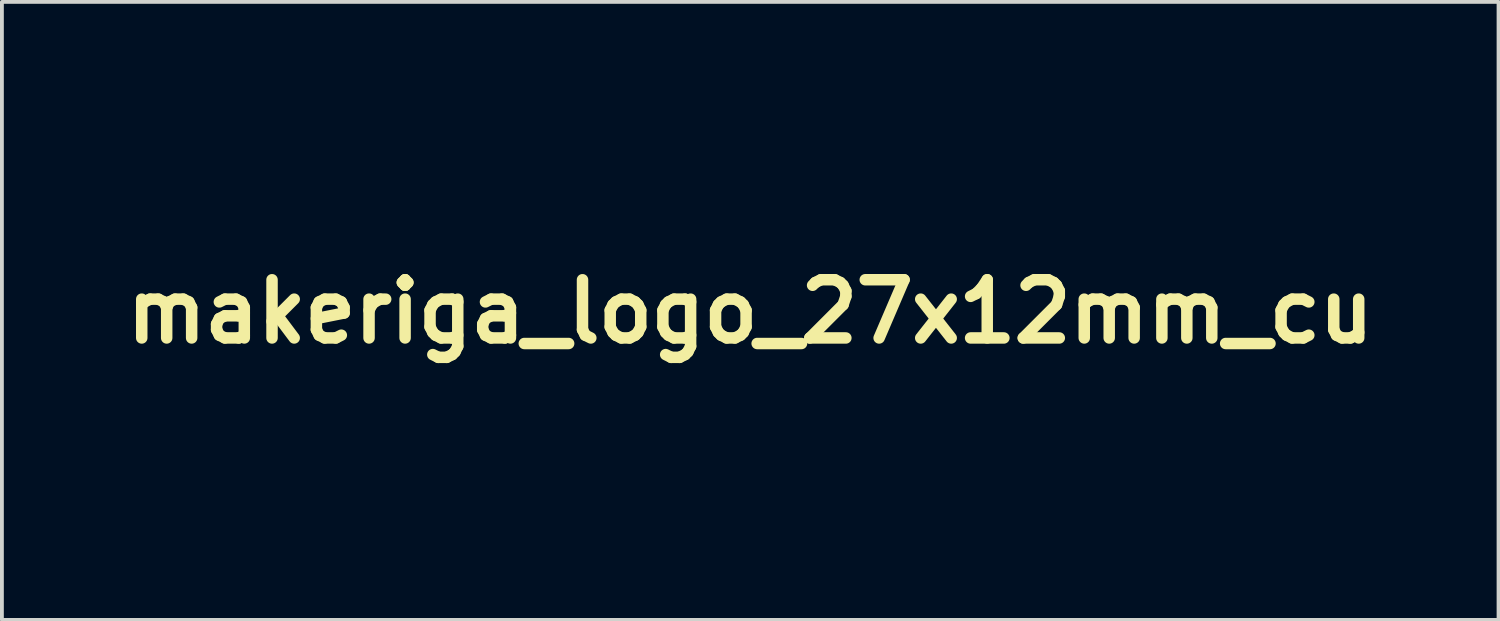
<source format=kicad_pcb>
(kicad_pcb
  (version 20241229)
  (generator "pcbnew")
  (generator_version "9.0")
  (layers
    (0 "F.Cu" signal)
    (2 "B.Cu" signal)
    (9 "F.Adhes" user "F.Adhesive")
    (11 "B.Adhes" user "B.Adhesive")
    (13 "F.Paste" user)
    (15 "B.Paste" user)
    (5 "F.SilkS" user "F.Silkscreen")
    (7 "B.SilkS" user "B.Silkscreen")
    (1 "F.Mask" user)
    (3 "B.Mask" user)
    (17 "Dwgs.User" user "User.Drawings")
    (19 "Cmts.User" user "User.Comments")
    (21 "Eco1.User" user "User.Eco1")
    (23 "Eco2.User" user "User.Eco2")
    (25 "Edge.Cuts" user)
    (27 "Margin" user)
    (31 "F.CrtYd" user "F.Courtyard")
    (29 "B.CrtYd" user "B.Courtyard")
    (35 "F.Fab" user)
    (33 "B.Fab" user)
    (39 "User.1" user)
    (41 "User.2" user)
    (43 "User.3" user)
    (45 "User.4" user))
  (footprint "makeriga_logo_27x12mm_cu"
    (layer "F.Cu")
    (at 16.59 5.108)
    (property "Reference" "makeriga_logo_27x12mm_cu" (at 0 0 0) (layer "F.SilkS") (effects (font (size 1.524 1.524) (thickness 0.3))))
    (attr through_hole)
    (fp_poly (pts (xy 12.346 0.8) (xy -1.67 0.8) (xy -1.67 0.67) (xy 12.346 0.67) (xy 12.346 0.8)) (stroke (width 0.01) (type solid)) (fill no) (layer "Eco2.User"))
    (fp_poly (pts (xy 3.063 1.917) (xy 2.871 1.917) (xy 2.871 1.578) (xy 2.74 1.578) (xy 2.74 1.917) (xy 2.548 1.917) (xy 2.548 1.039) (xy 2.736 1.043) (xy 2.738 1.226) (xy 2.74 1.409) (xy 2.867 1.405) (xy 2.871 1.224) (xy 2.875 1.043) (xy 2.969 1.041) (xy 3.063 1.039) (xy 3.063 1.917)) (stroke (width 0.01) (type solid)) (fill no) (layer "Eco2.User"))
    (fp_poly (pts (xy 5.428 1.041) (xy 5.63 1.043) (xy 5.63 1.212) (xy 5.423 1.22) (xy 5.42 1.303) (xy 5.418 1.385) (xy 5.573 1.385) (xy 5.573 1.554) (xy 5.498 1.556) (xy 5.423 1.559) (xy 5.423 1.743) (xy 5.528 1.746) (xy 5.634 1.748) (xy 5.634 1.917) (xy 5.226 1.917) (xy 5.226 1.039) (xy 5.428 1.041)) (stroke (width 0.01) (type solid)) (fill no) (layer "Eco2.User"))
    (fp_poly (pts (xy 9.061 1.041) (xy 9.263 1.043) (xy 9.263 1.212) (xy 9.157 1.214) (xy 9.052 1.217) (xy 9.052 1.385) (xy 9.127 1.387) (xy 9.202 1.389) (xy 9.202 1.551) (xy 9.127 1.553) (xy 9.052 1.555) (xy 9.052 1.747) (xy 9.157 1.749) (xy 9.263 1.751) (xy 9.263 1.913) (xy 9.061 1.915) (xy 8.859 1.917) (xy 8.859 1.039) (xy 9.061 1.041)) (stroke (width 0.01) (type solid)) (fill no) (layer "Eco2.User"))
    (fp_poly (pts (xy 8.959 -2.209) (xy 8.466 -2.209) (xy 8.363 -2.209) (xy 8.274 -2.209) (xy 8.199 -2.21) (xy 8.136 -2.21) (xy 8.085 -2.211) (xy 8.044 -2.212) (xy 8.014 -2.213) (xy 7.992 -2.214) (xy 7.978 -2.216) (xy 7.971 -2.218) (xy 7.97 -2.219) (xy 7.969 -2.228) (xy 7.968 -2.252) (xy 7.968 -2.287) (xy 7.968 -2.331) (xy 7.968 -2.384) (xy 7.968 -2.443) (xy 7.968 -2.486) (xy 7.97 -2.744) (xy 8.959 -2.748) (xy 8.959 -2.209)) (stroke (width 0.01) (type solid)) (fill no) (layer "Eco2.User"))
    (fp_poly (pts (xy 8.755 0.404) (xy 8.491 0.406) (xy 8.418 0.407) (xy 8.358 0.407) (xy 8.311 0.406) (xy 8.275 0.406) (xy 8.25 0.404) (xy 8.234 0.403) (xy 8.226 0.4) (xy 8.224 0.398) (xy 8.224 0.39) (xy 8.223 0.367) (xy 8.223 0.33) (xy 8.223 0.28) (xy 8.222 0.218) (xy 8.222 0.145) (xy 8.222 0.061) (xy 8.222 -0.032) (xy 8.222 -0.134) (xy 8.222 -0.243) (xy 8.222 -0.36) (xy 8.222 -0.483) (xy 8.222 -0.611) (xy 8.222 -0.744) (xy 8.222 -0.812) (xy 8.224 -2.013) (xy 8.755 -2.013) (xy 8.755 0.404)) (stroke (width 0.01) (type solid)) (fill no) (layer "Eco2.User"))
    (fp_poly (pts (xy 7.145 1.042) (xy 7.22 1.049) (xy 7.283 1.064) (xy 7.334 1.085) (xy 7.375 1.114) (xy 7.406 1.152) (xy 7.429 1.198) (xy 7.436 1.218) (xy 7.444 1.245) (xy 7.448 1.271) (xy 7.45 1.301) (xy 7.45 1.339) (xy 7.45 1.361) (xy 7.448 1.401) (xy 7.446 1.43) (xy 7.442 1.452) (xy 7.436 1.471) (xy 7.427 1.492) (xy 7.42 1.506) (xy 7.397 1.544) (xy 7.37 1.573) (xy 7.338 1.596) (xy 7.296 1.613) (xy 7.243 1.627) (xy 7.202 1.634) (xy 7.143 1.643) (xy 7.143 1.917) (xy 6.95 1.917) (xy 6.953 1.338) (xy 7.143 1.338) (xy 7.143 1.382) (xy 7.144 1.421) (xy 7.145 1.452) (xy 7.146 1.472) (xy 7.147 1.479) (xy 7.158 1.481) (xy 7.177 1.479) (xy 7.2 1.472) (xy 7.219 1.464) (xy 7.228 1.458) (xy 7.24 1.442) (xy 7.25 1.419) (xy 7.251 1.413) (xy 7.256 1.385) (xy 7.257 1.35) (xy 7.255 1.312) (xy 7.251 1.278) (xy 7.244 1.251) (xy 7.239 1.242) (xy 7.22 1.224) (xy 7.193 1.209) (xy 7.165 1.201) (xy 7.158 1.201) (xy 7.153 1.201) (xy 7.149 1.205) (xy 7.146 1.213) (xy 7.144 1.227) (xy 7.143 1.251) (xy 7.143 1.286) (xy 7.143 1.334) (xy 7.143 1.338) (xy 6.953 1.338) (xy 6.954 1.043) (xy 7.057 1.041) (xy 7.145 1.042)) (stroke (width 0.01) (type solid)) (fill no) (layer "Eco2.User"))
    (fp_poly (pts (xy 5.053 -1.551) (xy 4.761 -1.547) (xy 4.468 -1.543) (xy 4.466 -1.307) (xy 4.464 -1.07) (xy 4.666 -1.07) (xy 4.721 -1.07) (xy 4.771 -1.069) (xy 4.813 -1.068) (xy 4.847 -1.067) (xy 4.869 -1.065) (xy 4.878 -1.063) (xy 4.881 -1.058) (xy 4.883 -1.046) (xy 4.885 -1.025) (xy 4.886 -0.994) (xy 4.886 -0.952) (xy 4.886 -0.898) (xy 4.886 -0.829) (xy 4.886 -0.827) (xy 4.884 -0.597) (xy 4.674 -0.594) (xy 4.464 -0.592) (xy 4.466 -0.33) (xy 4.468 -0.069) (xy 4.758 -0.069) (xy 5.049 -0.07) (xy 5.053 -0.052) (xy 5.054 -0.04) (xy 5.055 -0.015) (xy 5.055 0.022) (xy 5.056 0.067) (xy 5.056 0.119) (xy 5.055 0.176) (xy 5.055 0.185) (xy 5.053 0.404) (xy 4.493 0.406) (xy 4.382 0.406) (xy 4.287 0.407) (xy 4.204 0.407) (xy 4.135 0.406) (xy 4.077 0.406) (xy 4.03 0.405) (xy 3.993 0.405) (xy 3.966 0.404) (xy 3.947 0.402) (xy 3.935 0.401) (xy 3.929 0.399) (xy 3.929 0.398) (xy 3.929 0.39) (xy 3.928 0.366) (xy 3.928 0.33) (xy 3.928 0.28) (xy 3.927 0.218) (xy 3.927 0.145) (xy 3.927 0.061) (xy 3.927 -0.032) (xy 3.927 -0.134) (xy 3.927 -0.243) (xy 3.927 -0.36) (xy 3.927 -0.483) (xy 3.927 -0.611) (xy 3.927 -0.744) (xy 3.927 -0.812) (xy 3.929 -2.013) (xy 5.053 -2.013) (xy 5.053 -1.551)) (stroke (width 0.01) (type solid)) (fill no) (layer "Eco2.User"))
    (fp_poly (pts (xy 4.734 1.225) (xy 4.734 1.287) (xy 4.734 1.334) (xy 4.736 1.368) (xy 4.738 1.389) (xy 4.741 1.399) (xy 4.745 1.398) (xy 4.752 1.387) (xy 4.76 1.368) (xy 4.765 1.354) (xy 4.793 1.28) (xy 4.816 1.219) (xy 4.834 1.17) (xy 4.849 1.132) (xy 4.861 1.102) (xy 4.869 1.081) (xy 4.876 1.066) (xy 4.881 1.056) (xy 4.884 1.05) (xy 4.887 1.047) (xy 4.889 1.046) (xy 4.901 1.043) (xy 4.924 1.041) (xy 4.955 1.04) (xy 4.99 1.039) (xy 5.025 1.04) (xy 5.058 1.041) (xy 5.085 1.042) (xy 5.103 1.045) (xy 5.107 1.047) (xy 5.105 1.056) (xy 5.097 1.076) (xy 5.084 1.105) (xy 5.067 1.139) (xy 5.058 1.157) (xy 5.034 1.202) (xy 5.006 1.256) (xy 4.978 1.311) (xy 4.951 1.361) (xy 4.947 1.37) (xy 4.889 1.482) (xy 4.921 1.543) (xy 4.936 1.57) (xy 4.955 1.607) (xy 4.978 1.651) (xy 5.002 1.698) (xy 5.026 1.743) (xy 5.048 1.786) (xy 5.068 1.824) (xy 5.085 1.855) (xy 5.097 1.877) (xy 5.104 1.889) (xy 5.104 1.889) (xy 5.111 1.903) (xy 5.111 1.907) (xy 5.107 1.911) (xy 5.096 1.913) (xy 5.074 1.915) (xy 5.041 1.916) (xy 4.996 1.917) (xy 4.881 1.917) (xy 4.846 1.822) (xy 4.82 1.752) (xy 4.799 1.696) (xy 4.782 1.651) (xy 4.768 1.616) (xy 4.758 1.591) (xy 4.75 1.573) (xy 4.745 1.562) (xy 4.743 1.559) (xy 4.74 1.557) (xy 4.738 1.562) (xy 4.736 1.577) (xy 4.735 1.602) (xy 4.734 1.638) (xy 4.734 1.688) (xy 4.734 1.73) (xy 4.734 1.917) (xy 4.541 1.917) (xy 4.545 1.043) (xy 4.734 1.039) (xy 4.734 1.225)) (stroke (width 0.01) (type solid)) (fill no) (layer "Eco2.User"))
    (fp_poly (pts (xy 5.884 1.044) (xy 5.962 1.046) (xy 6.026 1.051) (xy 6.078 1.059) (xy 6.121 1.073) (xy 6.155 1.091) (xy 6.183 1.115) (xy 6.206 1.145) (xy 6.218 1.166) (xy 6.227 1.185) (xy 6.233 1.204) (xy 6.237 1.226) (xy 6.239 1.257) (xy 6.241 1.294) (xy 6.241 1.358) (xy 6.235 1.409) (xy 6.224 1.449) (xy 6.207 1.482) (xy 6.196 1.496) (xy 6.182 1.513) (xy 6.178 1.522) (xy 6.182 1.53) (xy 6.186 1.533) (xy 6.196 1.545) (xy 6.208 1.567) (xy 6.217 1.584) (xy 6.224 1.604) (xy 6.231 1.629) (xy 6.236 1.66) (xy 6.242 1.699) (xy 6.246 1.748) (xy 6.251 1.81) (xy 6.253 1.845) (xy 6.258 1.917) (xy 6.068 1.917) (xy 6.062 1.807) (xy 6.058 1.741) (xy 6.051 1.688) (xy 6.041 1.646) (xy 6.027 1.614) (xy 6.021 1.603) (xy 6.011 1.591) (xy 5.997 1.587) (xy 5.974 1.587) (xy 5.938 1.589) (xy 5.936 1.753) (xy 5.934 1.917) (xy 5.742 1.917) (xy 5.744 1.48) (xy 5.744 1.33) (xy 5.934 1.33) (xy 5.935 1.372) (xy 5.935 1.408) (xy 5.936 1.436) (xy 5.938 1.453) (xy 5.938 1.456) (xy 5.948 1.458) (xy 5.968 1.456) (xy 5.99 1.451) (xy 6.011 1.445) (xy 6.023 1.439) (xy 6.024 1.439) (xy 6.037 1.418) (xy 6.046 1.386) (xy 6.049 1.343) (xy 6.048 1.316) (xy 6.044 1.274) (xy 6.035 1.244) (xy 6.021 1.225) (xy 6 1.212) (xy 5.987 1.208) (xy 5.968 1.203) (xy 5.955 1.202) (xy 5.945 1.206) (xy 5.939 1.217) (xy 5.936 1.238) (xy 5.935 1.269) (xy 5.934 1.313) (xy 5.934 1.33) (xy 5.744 1.33) (xy 5.746 1.043) (xy 5.884 1.044)) (stroke (width 0.01) (type solid)) (fill no) (layer "Eco2.User"))
    (fp_poly (pts (xy 8.51 1.036) (xy 8.542 1.037) (xy 8.565 1.039) (xy 8.583 1.043) (xy 8.599 1.049) (xy 8.605 1.052) (xy 8.647 1.079) (xy 8.685 1.116) (xy 8.712 1.157) (xy 8.713 1.158) (xy 8.722 1.181) (xy 8.73 1.21) (xy 8.738 1.243) (xy 8.745 1.275) (xy 8.748 1.302) (xy 8.749 1.319) (xy 8.748 1.322) (xy 8.742 1.326) (xy 8.727 1.329) (xy 8.7 1.331) (xy 8.661 1.332) (xy 8.641 1.332) (xy 8.537 1.332) (xy 8.532 1.285) (xy 8.524 1.245) (xy 8.509 1.218) (xy 8.488 1.203) (xy 8.47 1.201) (xy 8.442 1.207) (xy 8.422 1.227) (xy 8.409 1.26) (xy 8.408 1.269) (xy 8.406 1.29) (xy 8.404 1.322) (xy 8.403 1.365) (xy 8.402 1.414) (xy 8.402 1.466) (xy 8.402 1.52) (xy 8.402 1.571) (xy 8.403 1.618) (xy 8.405 1.656) (xy 8.406 1.684) (xy 8.407 1.694) (xy 8.418 1.729) (xy 8.436 1.752) (xy 8.46 1.762) (xy 8.466 1.763) (xy 8.491 1.758) (xy 8.51 1.743) (xy 8.522 1.716) (xy 8.53 1.684) (xy 8.538 1.632) (xy 8.753 1.632) (xy 8.748 1.664) (xy 8.735 1.734) (xy 8.717 1.79) (xy 8.693 1.835) (xy 8.662 1.87) (xy 8.624 1.898) (xy 8.598 1.911) (xy 8.571 1.919) (xy 8.533 1.925) (xy 8.49 1.929) (xy 8.445 1.93) (xy 8.405 1.928) (xy 8.378 1.925) (xy 8.333 1.912) (xy 8.296 1.894) (xy 8.265 1.87) (xy 8.239 1.838) (xy 8.22 1.798) (xy 8.205 1.748) (xy 8.195 1.686) (xy 8.189 1.613) (xy 8.186 1.526) (xy 8.186 1.482) (xy 8.188 1.39) (xy 8.192 1.312) (xy 8.201 1.246) (xy 8.213 1.192) (xy 8.23 1.148) (xy 8.251 1.112) (xy 8.278 1.084) (xy 8.311 1.061) (xy 8.326 1.053) (xy 8.343 1.046) (xy 8.36 1.041) (xy 8.381 1.038) (xy 8.41 1.036) (xy 8.449 1.036) (xy 8.467 1.036) (xy 8.51 1.036)) (stroke (width 0.01) (type solid)) (fill no) (layer "Eco2.User"))
    (fp_poly (pts (xy 4.175 1.033) (xy 4.215 1.035) (xy 4.245 1.038) (xy 4.267 1.043) (xy 4.287 1.05) (xy 4.299 1.056) (xy 4.346 1.089) (xy 4.384 1.133) (xy 4.411 1.188) (xy 4.425 1.247) (xy 4.431 1.28) (xy 4.434 1.303) (xy 4.432 1.318) (xy 4.423 1.327) (xy 4.406 1.331) (xy 4.377 1.332) (xy 4.336 1.332) (xy 4.326 1.332) (xy 4.218 1.332) (xy 4.218 1.297) (xy 4.213 1.255) (xy 4.2 1.225) (xy 4.179 1.206) (xy 4.153 1.201) (xy 4.129 1.205) (xy 4.112 1.221) (xy 4.1 1.248) (xy 4.095 1.27) (xy 4.092 1.292) (xy 4.09 1.327) (xy 4.089 1.372) (xy 4.088 1.422) (xy 4.087 1.476) (xy 4.088 1.53) (xy 4.088 1.582) (xy 4.09 1.629) (xy 4.092 1.667) (xy 4.094 1.694) (xy 4.095 1.701) (xy 4.108 1.734) (xy 4.126 1.755) (xy 4.149 1.763) (xy 4.175 1.756) (xy 4.191 1.745) (xy 4.203 1.732) (xy 4.211 1.715) (xy 4.215 1.689) (xy 4.216 1.68) (xy 4.22 1.632) (xy 4.327 1.632) (xy 4.37 1.632) (xy 4.401 1.632) (xy 4.42 1.635) (xy 4.43 1.642) (xy 4.433 1.655) (xy 4.431 1.675) (xy 4.426 1.704) (xy 4.425 1.709) (xy 4.409 1.774) (xy 4.382 1.827) (xy 4.345 1.87) (xy 4.297 1.903) (xy 4.287 1.908) (xy 4.264 1.918) (xy 4.241 1.924) (xy 4.213 1.927) (xy 4.176 1.929) (xy 4.168 1.929) (xy 4.133 1.929) (xy 4.102 1.929) (xy 4.079 1.928) (xy 4.072 1.927) (xy 4.022 1.912) (xy 3.977 1.888) (xy 3.941 1.857) (xy 3.941 1.857) (xy 3.921 1.83) (xy 3.905 1.799) (xy 3.893 1.762) (xy 3.883 1.718) (xy 3.877 1.664) (xy 3.874 1.599) (xy 3.873 1.521) (xy 3.873 1.45) (xy 3.875 1.375) (xy 3.879 1.313) (xy 3.883 1.262) (xy 3.89 1.221) (xy 3.899 1.187) (xy 3.91 1.158) (xy 3.924 1.132) (xy 3.928 1.125) (xy 3.958 1.089) (xy 3.994 1.062) (xy 4.038 1.044) (xy 4.091 1.035) (xy 4.155 1.032) (xy 4.175 1.033)) (stroke (width 0.01) (type solid)) (fill no) (layer "Eco2.User"))
    (fp_poly (pts (xy 6.655 1.035) (xy 6.688 1.042) (xy 6.717 1.054) (xy 6.741 1.07) (xy 6.778 1.104) (xy 6.806 1.15) (xy 6.826 1.207) (xy 6.839 1.277) (xy 6.84 1.287) (xy 6.845 1.332) (xy 6.627 1.332) (xy 6.626 1.287) (xy 6.624 1.249) (xy 6.619 1.223) (xy 6.611 1.208) (xy 6.598 1.202) (xy 6.597 1.202) (xy 6.578 1.203) (xy 6.566 1.213) (xy 6.56 1.235) (xy 6.558 1.269) (xy 6.558 1.269) (xy 6.56 1.305) (xy 6.569 1.335) (xy 6.587 1.361) (xy 6.615 1.388) (xy 6.643 1.409) (xy 6.697 1.448) (xy 6.739 1.483) (xy 6.771 1.514) (xy 6.794 1.543) (xy 6.811 1.573) (xy 6.822 1.605) (xy 6.828 1.629) (xy 6.833 1.678) (xy 6.832 1.732) (xy 6.826 1.785) (xy 6.818 1.818) (xy 6.801 1.851) (xy 6.773 1.882) (xy 6.738 1.906) (xy 6.721 1.913) (xy 6.695 1.919) (xy 6.659 1.924) (xy 6.619 1.928) (xy 6.578 1.929) (xy 6.541 1.929) (xy 6.513 1.926) (xy 6.508 1.925) (xy 6.453 1.904) (xy 6.41 1.873) (xy 6.378 1.832) (xy 6.366 1.809) (xy 6.358 1.785) (xy 6.35 1.754) (xy 6.343 1.718) (xy 6.338 1.684) (xy 6.336 1.654) (xy 6.336 1.634) (xy 6.337 1.629) (xy 6.341 1.624) (xy 6.348 1.62) (xy 6.362 1.618) (xy 6.386 1.617) (xy 6.421 1.618) (xy 6.444 1.618) (xy 6.546 1.62) (xy 6.551 1.681) (xy 6.556 1.72) (xy 6.564 1.746) (xy 6.575 1.759) (xy 6.591 1.76) (xy 6.595 1.759) (xy 6.61 1.749) (xy 6.617 1.727) (xy 6.619 1.694) (xy 6.618 1.674) (xy 6.613 1.645) (xy 6.602 1.62) (xy 6.584 1.595) (xy 6.556 1.57) (xy 6.517 1.54) (xy 6.503 1.531) (xy 6.451 1.492) (xy 6.412 1.454) (xy 6.381 1.415) (xy 6.368 1.393) (xy 6.362 1.379) (xy 6.358 1.363) (xy 6.356 1.34) (xy 6.354 1.309) (xy 6.354 1.265) (xy 6.354 1.262) (xy 6.354 1.219) (xy 6.355 1.188) (xy 6.357 1.165) (xy 6.361 1.148) (xy 6.367 1.134) (xy 6.37 1.128) (xy 6.393 1.093) (xy 6.419 1.068) (xy 6.451 1.05) (xy 6.492 1.04) (xy 6.545 1.034) (xy 6.562 1.033) (xy 6.614 1.032) (xy 6.655 1.035)) (stroke (width 0.01) (type solid)) (fill no) (layer "Eco2.User"))
    (fp_poly (pts (xy 3.509 1.04) (xy 3.539 1.042) (xy 3.557 1.046) (xy 3.562 1.049) (xy 3.567 1.06) (xy 3.574 1.083) (xy 3.581 1.112) (xy 3.583 1.12) (xy 3.591 1.157) (xy 3.599 1.194) (xy 3.608 1.233) (xy 3.617 1.277) (xy 3.629 1.328) (xy 3.642 1.389) (xy 3.658 1.46) (xy 3.668 1.501) (xy 3.68 1.558) (xy 3.693 1.614) (xy 3.705 1.666) (xy 3.715 1.711) (xy 3.722 1.745) (xy 3.726 1.763) (xy 3.734 1.797) (xy 3.741 1.83) (xy 3.747 1.855) (xy 3.748 1.859) (xy 3.754 1.883) (xy 3.756 1.899) (xy 3.752 1.909) (xy 3.74 1.914) (xy 3.719 1.916) (xy 3.684 1.917) (xy 3.664 1.917) (xy 3.622 1.916) (xy 3.594 1.915) (xy 3.576 1.91) (xy 3.565 1.9) (xy 3.559 1.882) (xy 3.555 1.855) (xy 3.552 1.834) (xy 3.547 1.786) (xy 3.389 1.786) (xy 3.384 1.826) (xy 3.38 1.855) (xy 3.376 1.882) (xy 3.374 1.892) (xy 3.37 1.917) (xy 3.274 1.917) (xy 3.232 1.916) (xy 3.203 1.915) (xy 3.186 1.912) (xy 3.179 1.908) (xy 3.179 1.907) (xy 3.181 1.897) (xy 3.185 1.874) (xy 3.192 1.841) (xy 3.201 1.8) (xy 3.211 1.754) (xy 3.214 1.743) (xy 3.225 1.691) (xy 3.237 1.639) (xy 3.241 1.62) (xy 3.417 1.62) (xy 3.424 1.622) (xy 3.443 1.624) (xy 3.468 1.624) (xy 3.495 1.624) (xy 3.51 1.622) (xy 3.516 1.618) (xy 3.516 1.61) (xy 3.514 1.605) (xy 3.511 1.59) (xy 3.507 1.563) (xy 3.501 1.529) (xy 3.495 1.49) (xy 3.494 1.485) (xy 3.486 1.431) (xy 3.479 1.39) (xy 3.474 1.363) (xy 3.47 1.348) (xy 3.467 1.345) (xy 3.463 1.352) (xy 3.459 1.369) (xy 3.455 1.394) (xy 3.454 1.401) (xy 3.447 1.442) (xy 3.439 1.485) (xy 3.432 1.526) (xy 3.426 1.563) (xy 3.421 1.593) (xy 3.418 1.613) (xy 3.417 1.62) (xy 3.241 1.62) (xy 3.248 1.591) (xy 3.257 1.55) (xy 3.264 1.52) (xy 3.275 1.47) (xy 3.287 1.414) (xy 3.3 1.356) (xy 3.313 1.298) (xy 3.325 1.241) (xy 3.337 1.189) (xy 3.348 1.144) (xy 3.356 1.107) (xy 3.362 1.082) (xy 3.365 1.072) (xy 3.373 1.039) (xy 3.464 1.039) (xy 3.509 1.04)) (stroke (width 0.01) (type solid)) (fill no) (layer "Eco2.User"))
    (fp_poly (pts (xy 10.01 3.545) (xy 10.043 3.546) (xy 10.068 3.547) (xy 10.086 3.551) (xy 10.101 3.556) (xy 10.114 3.561) (xy 10.156 3.587) (xy 10.188 3.619) (xy 10.212 3.66) (xy 10.226 3.695) (xy 10.23 3.717) (xy 10.235 3.753) (xy 10.238 3.799) (xy 10.241 3.853) (xy 10.243 3.912) (xy 10.244 3.973) (xy 10.244 4.035) (xy 10.244 4.094) (xy 10.242 4.148) (xy 10.24 4.194) (xy 10.237 4.23) (xy 10.234 4.247) (xy 10.217 4.307) (xy 10.194 4.354) (xy 10.164 4.389) (xy 10.126 4.414) (xy 10.107 4.422) (xy 10.082 4.428) (xy 10.047 4.433) (xy 10.005 4.436) (xy 9.961 4.438) (xy 9.919 4.439) (xy 9.885 4.437) (xy 9.868 4.434) (xy 9.828 4.422) (xy 9.792 4.406) (xy 9.764 4.388) (xy 9.761 4.385) (xy 9.738 4.356) (xy 9.718 4.317) (xy 9.702 4.27) (xy 9.697 4.248) (xy 9.694 4.223) (xy 9.691 4.184) (xy 9.689 4.136) (xy 9.688 4.081) (xy 9.687 4.022) (xy 9.687 3.961) (xy 9.687 3.933) (xy 9.899 3.933) (xy 9.899 4.009) (xy 9.9 4.021) (xy 9.901 4.083) (xy 9.902 4.13) (xy 9.903 4.167) (xy 9.905 4.194) (xy 9.907 4.213) (xy 9.911 4.227) (xy 9.915 4.237) (xy 9.916 4.238) (xy 9.927 4.256) (xy 9.937 4.266) (xy 9.939 4.267) (xy 9.965 4.271) (xy 9.99 4.266) (xy 10.005 4.257) (xy 10.014 4.245) (xy 10.02 4.227) (xy 10.025 4.201) (xy 10.029 4.166) (xy 10.031 4.12) (xy 10.033 4.061) (xy 10.033 3.991) (xy 10.033 3.917) (xy 10.031 3.857) (xy 10.028 3.809) (xy 10.024 3.773) (xy 10.017 3.746) (xy 10.008 3.728) (xy 9.996 3.717) (xy 9.982 3.711) (xy 9.965 3.71) (xy 9.947 3.712) (xy 9.933 3.719) (xy 9.922 3.732) (xy 9.913 3.752) (xy 9.906 3.781) (xy 9.902 3.82) (xy 9.9 3.87) (xy 9.899 3.933) (xy 9.687 3.933) (xy 9.688 3.902) (xy 9.689 3.847) (xy 9.691 3.799) (xy 9.694 3.76) (xy 9.697 3.734) (xy 9.697 3.733) (xy 9.712 3.677) (xy 9.734 3.632) (xy 9.763 3.597) (xy 9.802 3.569) (xy 9.81 3.565) (xy 9.825 3.557) (xy 9.84 3.551) (xy 9.856 3.548) (xy 9.877 3.546) (xy 9.907 3.545) (xy 9.947 3.544) (xy 9.964 3.544) (xy 10.01 3.545)) (stroke (width 0.01) (type solid)) (fill no) (layer "Eco2.User"))
    (fp_poly (pts (xy 8.361 3.545) (xy 8.394 3.545) (xy 8.417 3.547) (xy 8.434 3.55) (xy 8.449 3.555) (xy 8.464 3.562) (xy 8.474 3.568) (xy 8.517 3.598) (xy 8.548 3.636) (xy 8.571 3.684) (xy 8.579 3.711) (xy 8.584 3.73) (xy 8.587 3.749) (xy 8.589 3.772) (xy 8.591 3.8) (xy 8.593 3.835) (xy 8.593 3.88) (xy 8.594 3.936) (xy 8.594 3.991) (xy 8.594 4.058) (xy 8.593 4.112) (xy 8.592 4.154) (xy 8.591 4.188) (xy 8.589 4.215) (xy 8.586 4.237) (xy 8.583 4.256) (xy 8.579 4.271) (xy 8.561 4.323) (xy 8.537 4.363) (xy 8.504 4.394) (xy 8.471 4.413) (xy 8.449 4.423) (xy 8.429 4.43) (xy 8.407 4.434) (xy 8.378 4.436) (xy 8.339 4.438) (xy 8.336 4.438) (xy 8.299 4.438) (xy 8.265 4.438) (xy 8.24 4.437) (xy 8.228 4.436) (xy 8.179 4.422) (xy 8.136 4.4) (xy 8.111 4.381) (xy 8.091 4.359) (xy 8.075 4.333) (xy 8.061 4.301) (xy 8.051 4.263) (xy 8.044 4.215) (xy 8.039 4.158) (xy 8.037 4.088) (xy 8.036 4.005) (xy 8.036 3.995) (xy 8.036 3.923) (xy 8.252 3.923) (xy 8.252 3.977) (xy 8.252 4.026) (xy 8.253 4.093) (xy 8.255 4.146) (xy 8.257 4.188) (xy 8.26 4.219) (xy 8.265 4.24) (xy 8.271 4.255) (xy 8.281 4.264) (xy 8.293 4.268) (xy 8.308 4.27) (xy 8.318 4.271) (xy 8.336 4.267) (xy 8.35 4.258) (xy 8.36 4.247) (xy 8.367 4.231) (xy 8.373 4.207) (xy 8.377 4.174) (xy 8.38 4.131) (xy 8.381 4.077) (xy 8.381 4.01) (xy 8.381 3.956) (xy 8.379 3.888) (xy 8.378 3.834) (xy 8.375 3.792) (xy 8.372 3.761) (xy 8.366 3.739) (xy 8.358 3.724) (xy 8.348 3.715) (xy 8.335 3.711) (xy 8.319 3.71) (xy 8.315 3.71) (xy 8.288 3.717) (xy 8.269 3.736) (xy 8.257 3.769) (xy 8.255 3.782) (xy 8.254 3.801) (xy 8.253 3.832) (xy 8.252 3.873) (xy 8.252 3.923) (xy 8.036 3.923) (xy 8.036 3.909) (xy 8.039 3.838) (xy 8.043 3.778) (xy 8.05 3.729) (xy 8.06 3.688) (xy 8.072 3.655) (xy 8.088 3.627) (xy 8.107 3.604) (xy 8.107 3.603) (xy 8.129 3.582) (xy 8.152 3.567) (xy 8.178 3.556) (xy 8.21 3.55) (xy 8.252 3.546) (xy 8.305 3.545) (xy 8.317 3.545) (xy 8.361 3.545)) (stroke (width 0.01) (type solid)) (fill no) (layer "Eco2.User"))
    (fp_poly (pts (xy 7.839 1.04) (xy 7.863 1.042) (xy 7.876 1.045) (xy 7.877 1.046) (xy 7.88 1.055) (xy 7.886 1.077) (xy 7.894 1.11) (xy 7.903 1.152) (xy 7.915 1.201) (xy 7.927 1.256) (xy 7.94 1.313) (xy 7.953 1.371) (xy 7.966 1.428) (xy 7.974 1.466) (xy 7.979 1.489) (xy 7.986 1.523) (xy 7.996 1.565) (xy 8.007 1.614) (xy 8.018 1.666) (xy 8.03 1.718) (xy 8.041 1.769) (xy 8.051 1.815) (xy 8.06 1.854) (xy 8.067 1.883) (xy 8.07 1.899) (xy 8.072 1.906) (xy 8.07 1.911) (xy 8.062 1.914) (xy 8.047 1.916) (xy 8.021 1.916) (xy 7.983 1.917) (xy 7.883 1.917) (xy 7.874 1.872) (xy 7.869 1.844) (xy 7.864 1.818) (xy 7.861 1.807) (xy 7.857 1.786) (xy 7.706 1.786) (xy 7.697 1.841) (xy 7.692 1.87) (xy 7.688 1.893) (xy 7.685 1.906) (xy 7.685 1.907) (xy 7.679 1.911) (xy 7.663 1.914) (xy 7.634 1.916) (xy 7.593 1.917) (xy 7.585 1.917) (xy 7.545 1.916) (xy 7.518 1.916) (xy 7.501 1.915) (xy 7.493 1.912) (xy 7.491 1.907) (xy 7.492 1.901) (xy 7.492 1.899) (xy 7.496 1.884) (xy 7.502 1.858) (xy 7.509 1.827) (xy 7.512 1.813) (xy 7.518 1.785) (xy 7.527 1.746) (xy 7.538 1.698) (xy 7.55 1.644) (xy 7.558 1.607) (xy 7.736 1.607) (xy 7.737 1.616) (xy 7.743 1.622) (xy 7.757 1.624) (xy 7.782 1.624) (xy 7.807 1.624) (xy 7.821 1.622) (xy 7.827 1.616) (xy 7.828 1.605) (xy 7.828 1.603) (xy 7.826 1.581) (xy 7.821 1.555) (xy 7.82 1.551) (xy 7.816 1.53) (xy 7.811 1.499) (xy 7.805 1.463) (xy 7.8 1.435) (xy 7.795 1.401) (xy 7.79 1.371) (xy 7.786 1.351) (xy 7.783 1.344) (xy 7.781 1.348) (xy 7.777 1.366) (xy 7.771 1.393) (xy 7.764 1.426) (xy 7.757 1.464) (xy 7.751 1.502) (xy 7.745 1.539) (xy 7.74 1.57) (xy 7.737 1.595) (xy 7.736 1.607) (xy 7.558 1.607) (xy 7.563 1.587) (xy 7.57 1.555) (xy 7.583 1.498) (xy 7.595 1.443) (xy 7.607 1.391) (xy 7.617 1.346) (xy 7.624 1.311) (xy 7.628 1.297) (xy 7.638 1.25) (xy 7.649 1.203) (xy 7.659 1.157) (xy 7.668 1.116) (xy 7.676 1.083) (xy 7.682 1.059) (xy 7.685 1.049) (xy 7.694 1.045) (xy 7.714 1.042) (xy 7.742 1.04) (xy 7.775 1.039) (xy 7.809 1.039) (xy 7.839 1.04)) (stroke (width 0.01) (type solid)) (fill no) (layer "Eco2.User"))
    (fp_poly (pts (xy -1.097 -2.013) (xy -1.027 -1.732) (xy -1.009 -1.659) (xy -0.988 -1.576) (xy -0.966 -1.484) (xy -0.942 -1.389) (xy -0.918 -1.294) (xy -0.896 -1.202) (xy -0.875 -1.117) (xy -0.874 -1.112) (xy -0.856 -1.042) (xy -0.84 -0.977) (xy -0.825 -0.918) (xy -0.812 -0.867) (xy -0.801 -0.824) (xy -0.792 -0.793) (xy -0.787 -0.773) (xy -0.785 -0.767) (xy -0.784 -0.767) (xy -0.782 -0.77) (xy -0.779 -0.776) (xy -0.776 -0.786) (xy -0.771 -0.801) (xy -0.765 -0.822) (xy -0.758 -0.849) (xy -0.749 -0.884) (xy -0.738 -0.926) (xy -0.725 -0.976) (xy -0.711 -1.036) (xy -0.693 -1.106) (xy -0.673 -1.187) (xy -0.651 -1.279) (xy -0.625 -1.384) (xy -0.597 -1.501) (xy -0.565 -1.632) (xy -0.535 -1.755) (xy -0.52 -1.814) (xy -0.507 -1.868) (xy -0.495 -1.916) (xy -0.486 -1.956) (xy -0.478 -1.986) (xy -0.474 -2.003) (xy -0.473 -2.007) (xy -0.469 -2.01) (xy -0.457 -2.012) (xy -0.438 -2.013) (xy -0.408 -2.015) (xy -0.368 -2.016) (xy -0.315 -2.016) (xy -0.25 -2.017) (xy -0.185 -2.017) (xy 0.1 -2.017) (xy 0.1 0.408) (xy -0.167 0.406) (xy -0.435 0.404) (xy -0.435 -0.122) (xy -0.435 -0.228) (xy -0.435 -0.319) (xy -0.435 -0.396) (xy -0.436 -0.461) (xy -0.436 -0.514) (xy -0.437 -0.555) (xy -0.438 -0.587) (xy -0.439 -0.608) (xy -0.441 -0.622) (xy -0.442 -0.627) (xy -0.444 -0.626) (xy -0.444 -0.626) (xy -0.451 -0.605) (xy -0.454 -0.589) (xy -0.455 -0.577) (xy -0.458 -0.553) (xy -0.464 -0.519) (xy -0.47 -0.479) (xy -0.477 -0.435) (xy -0.484 -0.39) (xy -0.491 -0.348) (xy -0.497 -0.311) (xy -0.5 -0.292) (xy -0.504 -0.27) (xy -0.51 -0.236) (xy -0.517 -0.195) (xy -0.524 -0.149) (xy -0.527 -0.127) (xy -0.537 -0.066) (xy -0.547 -0.005) (xy -0.557 0.059) (xy -0.568 0.128) (xy -0.581 0.206) (xy -0.595 0.296) (xy -0.613 0.404) (xy -0.78 0.406) (xy -0.946 0.408) (xy -0.95 0.391) (xy -0.956 0.358) (xy -0.964 0.314) (xy -0.973 0.262) (xy -0.982 0.205) (xy -0.992 0.147) (xy -1.001 0.091) (xy -1.005 0.062) (xy -1.01 0.029) (xy -1.015 0.001) (xy -1.019 -0.018) (xy -1.02 -0.023) (xy -1.022 -0.035) (xy -1.027 -0.059) (xy -1.032 -0.09) (xy -1.035 -0.108) (xy -1.038 -0.13) (xy -1.044 -0.163) (xy -1.051 -0.205) (xy -1.059 -0.255) (xy -1.068 -0.309) (xy -1.077 -0.365) (xy -1.087 -0.422) (xy -1.096 -0.477) (xy -1.105 -0.528) (xy -1.112 -0.573) (xy -1.119 -0.61) (xy -1.123 -0.636) (xy -1.125 -0.649) (xy -1.126 -0.65) (xy -1.126 -0.644) (xy -1.126 -0.623) (xy -1.127 -0.59) (xy -1.128 -0.545) (xy -1.128 -0.49) (xy -1.129 -0.425) (xy -1.13 -0.352) (xy -1.13 -0.272) (xy -1.131 -0.187) (xy -1.131 -0.127) (xy -1.135 0.404) (xy -1.403 0.406) (xy -1.67 0.408) (xy -1.67 -2.017) (xy -1.097 -2.013)) (stroke (width 0.01) (type solid)) (fill no) (layer "Eco2.User"))
    (fp_poly (pts (xy 9.858 -2.053) (xy 9.889 -2.05) (xy 9.92 -2.046) (xy 9.951 -2.04) (xy 10.035 -2.021) (xy 10.107 -1.998) (xy 10.17 -1.969) (xy 10.227 -1.933) (xy 10.281 -1.888) (xy 10.306 -1.863) (xy 10.362 -1.8) (xy 10.408 -1.733) (xy 10.444 -1.66) (xy 10.473 -1.577) (xy 10.484 -1.539) (xy 10.492 -1.5) (xy 10.501 -1.452) (xy 10.509 -1.399) (xy 10.515 -1.347) (xy 10.52 -1.299) (xy 10.522 -1.262) (xy 10.522 -1.258) (xy 10.522 -1.216) (xy 9.931 -1.216) (xy 9.927 -1.312) (xy 9.919 -1.389) (xy 9.906 -1.452) (xy 9.886 -1.502) (xy 9.86 -1.54) (xy 9.827 -1.565) (xy 9.808 -1.573) (xy 9.766 -1.584) (xy 9.728 -1.583) (xy 9.688 -1.573) (xy 9.663 -1.562) (xy 9.641 -1.546) (xy 9.623 -1.524) (xy 9.608 -1.495) (xy 9.595 -1.457) (xy 9.585 -1.409) (xy 9.576 -1.351) (xy 9.569 -1.281) (xy 9.563 -1.197) (xy 9.56 -1.131) (xy 9.556 -1.045) (xy 9.554 -0.952) (xy 9.553 -0.856) (xy 9.553 -0.757) (xy 9.554 -0.659) (xy 9.556 -0.564) (xy 9.559 -0.474) (xy 9.563 -0.391) (xy 9.567 -0.318) (xy 9.573 -0.257) (xy 9.576 -0.235) (xy 9.587 -0.17) (xy 9.603 -0.118) (xy 9.624 -0.08) (xy 9.651 -0.052) (xy 9.685 -0.035) (xy 9.703 -0.031) (xy 9.757 -0.026) (xy 9.804 -0.035) (xy 9.845 -0.057) (xy 9.877 -0.093) (xy 9.902 -0.142) (xy 9.906 -0.152) (xy 9.913 -0.175) (xy 9.918 -0.198) (xy 9.921 -0.226) (xy 9.924 -0.26) (xy 9.926 -0.306) (xy 9.927 -0.336) (xy 9.931 -0.469) (xy 9.836 -0.471) (xy 9.741 -0.473) (xy 9.738 -0.691) (xy 9.736 -0.908) (xy 10.522 -0.908) (xy 10.518 0.404) (xy 10.349 0.404) (xy 10.328 0.332) (xy 10.319 0.301) (xy 10.311 0.276) (xy 10.305 0.26) (xy 10.303 0.256) (xy 10.295 0.258) (xy 10.281 0.268) (xy 10.273 0.275) (xy 10.208 0.326) (xy 10.131 0.37) (xy 10.044 0.404) (xy 9.948 0.429) (xy 9.915 0.435) (xy 9.864 0.441) (xy 9.801 0.444) (xy 9.733 0.445) (xy 9.663 0.443) (xy 9.597 0.438) (xy 9.567 0.434) (xy 9.468 0.418) (xy 9.38 0.394) (xy 9.303 0.363) (xy 9.236 0.323) (xy 9.177 0.273) (xy 9.128 0.213) (xy 9.086 0.143) (xy 9.051 0.06) (xy 9.022 -0.035) (xy 9 -0.143) (xy 8.986 -0.235) (xy 8.981 -0.288) (xy 8.976 -0.355) (xy 8.972 -0.432) (xy 8.969 -0.519) (xy 8.967 -0.611) (xy 8.966 -0.708) (xy 8.966 -0.806) (xy 8.966 -0.904) (xy 8.968 -1) (xy 8.97 -1.09) (xy 8.973 -1.174) (xy 8.978 -1.248) (xy 8.983 -1.31) (xy 8.986 -1.343) (xy 9.005 -1.462) (xy 9.028 -1.567) (xy 9.056 -1.658) (xy 9.09 -1.738) (xy 9.13 -1.807) (xy 9.177 -1.866) (xy 9.231 -1.915) (xy 9.293 -1.956) (xy 9.32 -1.971) (xy 9.379 -1.997) (xy 9.44 -2.017) (xy 9.507 -2.033) (xy 9.581 -2.043) (xy 9.666 -2.05) (xy 9.729 -2.053) (xy 9.782 -2.054) (xy 9.824 -2.054) (xy 9.858 -2.053)) (stroke (width 0.01) (type solid)) (fill no) (layer "Eco2.User"))
    (fp_poly (pts (xy 7.071 -2.014) (xy 7.173 -2.011) (xy 7.264 -2.007) (xy 7.343 -2) (xy 7.413 -1.991) (xy 7.475 -1.98) (xy 7.529 -1.967) (xy 7.578 -1.951) (xy 7.58 -1.95) (xy 7.665 -1.913) (xy 7.738 -1.868) (xy 7.8 -1.815) (xy 7.852 -1.753) (xy 7.893 -1.681) (xy 7.925 -1.599) (xy 7.948 -1.506) (xy 7.961 -1.401) (xy 7.966 -1.284) (xy 7.966 -1.272) (xy 7.962 -1.154) (xy 7.951 -1.049) (xy 7.931 -0.956) (xy 7.904 -0.875) (xy 7.87 -0.807) (xy 7.828 -0.753) (xy 7.782 -0.713) (xy 7.763 -0.7) (xy 7.798 -0.664) (xy 7.832 -0.625) (xy 7.861 -0.583) (xy 7.887 -0.534) (xy 7.909 -0.48) (xy 7.927 -0.417) (xy 7.943 -0.345) (xy 7.956 -0.263) (xy 7.967 -0.169) (xy 7.975 -0.062) (xy 7.982 0.058) (xy 7.982 0.069) (xy 7.985 0.126) (xy 7.989 0.182) (xy 7.993 0.234) (xy 7.997 0.279) (xy 8 0.313) (xy 8.002 0.323) (xy 8.006 0.355) (xy 8.008 0.381) (xy 8.008 0.398) (xy 8.007 0.402) (xy 7.998 0.403) (xy 7.975 0.404) (xy 7.941 0.405) (xy 7.897 0.406) (xy 7.844 0.406) (xy 7.786 0.406) (xy 7.739 0.406) (xy 7.479 0.404) (xy 7.472 0.381) (xy 7.47 0.367) (xy 7.468 0.34) (xy 7.466 0.303) (xy 7.464 0.257) (xy 7.463 0.205) (xy 7.462 0.162) (xy 7.458 0.049) (xy 7.453 -0.05) (xy 7.446 -0.136) (xy 7.437 -0.209) (xy 7.426 -0.271) (xy 7.413 -0.323) (xy 7.411 -0.328) (xy 7.396 -0.369) (xy 7.377 -0.41) (xy 7.356 -0.448) (xy 7.336 -0.479) (xy 7.318 -0.499) (xy 7.307 -0.503) (xy 7.286 -0.506) (xy 7.253 -0.507) (xy 7.211 -0.506) (xy 7.116 -0.504) (xy 7.112 -0.05) (xy 7.108 0.404) (xy 6.844 0.406) (xy 6.77 0.407) (xy 6.711 0.407) (xy 6.664 0.406) (xy 6.628 0.406) (xy 6.603 0.404) (xy 6.587 0.403) (xy 6.579 0.4) (xy 6.577 0.398) (xy 6.576 0.39) (xy 6.576 0.367) (xy 6.576 0.33) (xy 6.575 0.28) (xy 6.575 0.218) (xy 6.575 0.145) (xy 6.575 0.061) (xy 6.575 -0.032) (xy 6.575 -0.134) (xy 6.575 -0.243) (xy 6.575 -0.36) (xy 6.575 -0.483) (xy 6.575 -0.611) (xy 6.575 -0.744) (xy 6.575 -0.812) (xy 6.576 -1.219) (xy 7.112 -1.219) (xy 7.112 -0.868) (xy 7.191 -0.872) (xy 7.244 -0.876) (xy 7.284 -0.884) (xy 7.304 -0.891) (xy 7.34 -0.911) (xy 7.369 -0.935) (xy 7.391 -0.967) (xy 7.407 -1.007) (xy 7.419 -1.057) (xy 7.425 -1.118) (xy 7.427 -1.193) (xy 7.427 -1.207) (xy 7.426 -1.288) (xy 7.419 -1.356) (xy 7.408 -1.411) (xy 7.391 -1.457) (xy 7.368 -1.493) (xy 7.339 -1.522) (xy 7.303 -1.544) (xy 7.279 -1.553) (xy 7.247 -1.562) (xy 7.211 -1.57) (xy 7.176 -1.575) (xy 7.147 -1.577) (xy 7.127 -1.576) (xy 7.124 -1.575) (xy 7.121 -1.573) (xy 7.119 -1.567) (xy 7.117 -1.556) (xy 7.115 -1.54) (xy 7.114 -1.516) (xy 7.113 -1.483) (xy 7.113 -1.44) (xy 7.112 -1.387) (xy 7.112 -1.321) (xy 7.112 -1.241) (xy 7.112 -1.219) (xy 6.576 -1.219) (xy 6.577 -2.013) (xy 6.827 -2.015) (xy 6.956 -2.016) (xy 7.071 -2.014)) (stroke (width 0.01) (type solid)) (fill no) (layer "Eco2.User"))
    (fp_poly (pts (xy 8.868 3.549) (xy 8.886 3.552) (xy 8.898 3.562) (xy 8.905 3.578) (xy 8.91 3.605) (xy 8.915 3.644) (xy 8.917 3.66) (xy 8.922 3.7) (xy 8.929 3.75) (xy 8.936 3.803) (xy 8.943 3.854) (xy 8.944 3.86) (xy 8.95 3.904) (xy 8.956 3.945) (xy 8.96 3.981) (xy 8.964 4.006) (xy 8.965 4.012) (xy 8.969 4.039) (xy 8.974 4.051) (xy 8.98 4.049) (xy 8.985 4.032) (xy 8.985 4.031) (xy 8.988 4.016) (xy 8.993 3.988) (xy 8.999 3.951) (xy 9.008 3.908) (xy 9.016 3.86) (xy 9.017 3.856) (xy 9.027 3.804) (xy 9.036 3.752) (xy 9.045 3.704) (xy 9.053 3.664) (xy 9.058 3.637) (xy 9.064 3.605) (xy 9.071 3.579) (xy 9.075 3.562) (xy 9.077 3.558) (xy 9.087 3.554) (xy 9.108 3.551) (xy 9.136 3.549) (xy 9.166 3.548) (xy 9.194 3.549) (xy 9.215 3.551) (xy 9.225 3.554) (xy 9.23 3.564) (xy 9.236 3.585) (xy 9.243 3.615) (xy 9.25 3.652) (xy 9.251 3.656) (xy 9.259 3.699) (xy 9.267 3.742) (xy 9.274 3.781) (xy 9.279 3.806) (xy 9.293 3.879) (xy 9.305 3.94) (xy 9.313 3.988) (xy 9.319 4.021) (xy 9.321 4.041) (xy 9.321 4.043) (xy 9.323 4.054) (xy 9.328 4.052) (xy 9.331 4.043) (xy 9.336 4.02) (xy 9.342 3.987) (xy 9.348 3.945) (xy 9.355 3.898) (xy 9.359 3.872) (xy 9.367 3.817) (xy 9.374 3.762) (xy 9.382 3.711) (xy 9.388 3.668) (xy 9.393 3.635) (xy 9.394 3.628) (xy 9.399 3.597) (xy 9.403 3.572) (xy 9.405 3.556) (xy 9.406 3.553) (xy 9.413 3.551) (xy 9.433 3.55) (xy 9.462 3.549) (xy 9.498 3.548) (xy 9.506 3.548) (xy 9.606 3.548) (xy 9.606 3.568) (xy 9.604 3.586) (xy 9.599 3.612) (xy 9.595 3.635) (xy 9.591 3.653) (xy 9.584 3.683) (xy 9.575 3.725) (xy 9.564 3.777) (xy 9.551 3.837) (xy 9.537 3.904) (xy 9.522 3.975) (xy 9.51 4.037) (xy 9.495 4.109) (xy 9.48 4.177) (xy 9.467 4.239) (xy 9.456 4.294) (xy 9.446 4.34) (xy 9.439 4.376) (xy 9.434 4.399) (xy 9.432 4.409) (xy 9.43 4.416) (xy 9.426 4.421) (xy 9.417 4.424) (xy 9.4 4.425) (xy 9.374 4.425) (xy 9.334 4.424) (xy 9.331 4.424) (xy 9.233 4.422) (xy 9.228 4.395) (xy 9.225 4.377) (xy 9.219 4.347) (xy 9.213 4.311) (xy 9.207 4.28) (xy 9.194 4.208) (xy 9.183 4.149) (xy 9.175 4.104) (xy 9.168 4.069) (xy 9.163 4.043) (xy 9.159 4.026) (xy 9.156 4.015) (xy 9.153 4.009) (xy 9.152 4.008) (xy 9.148 4.011) (xy 9.143 4.025) (xy 9.142 4.035) (xy 9.139 4.056) (xy 9.133 4.088) (xy 9.127 4.125) (xy 9.121 4.156) (xy 9.113 4.203) (xy 9.103 4.255) (xy 9.095 4.304) (xy 9.091 4.327) (xy 9.084 4.361) (xy 9.078 4.39) (xy 9.074 4.41) (xy 9.071 4.417) (xy 9.062 4.421) (xy 9.041 4.423) (xy 9.012 4.425) (xy 8.979 4.426) (xy 8.945 4.426) (xy 8.915 4.425) (xy 8.892 4.423) (xy 8.88 4.42) (xy 8.879 4.419) (xy 8.876 4.409) (xy 8.871 4.387) (xy 8.863 4.355) (xy 8.855 4.315) (xy 8.845 4.269) (xy 8.843 4.263) (xy 8.825 4.175) (xy 8.809 4.1) (xy 8.796 4.034) (xy 8.784 3.977) (xy 8.773 3.925) (xy 8.762 3.875) (xy 8.752 3.826) (xy 8.744 3.787) (xy 8.729 3.715) (xy 8.717 3.657) (xy 8.709 3.613) (xy 8.704 3.582) (xy 8.701 3.563) (xy 8.702 3.555) (xy 8.711 3.552) (xy 8.732 3.55) (xy 8.762 3.549) (xy 8.799 3.548) (xy 8.801 3.548) (xy 8.84 3.548) (xy 8.868 3.549)) (stroke (width 0.01) (type solid)) (fill no) (layer "Eco2.User"))
    (fp_poly (pts (xy 2.671 -1.497) (xy 2.671 -1.409) (xy 2.671 -1.326) (xy 2.672 -1.249) (xy 2.672 -1.179) (xy 2.673 -1.117) (xy 2.673 -1.065) (xy 2.674 -1.024) (xy 2.675 -0.995) (xy 2.676 -0.98) (xy 2.677 -0.978) (xy 2.682 -0.984) (xy 2.69 -1.002) (xy 2.701 -1.029) (xy 2.707 -1.045) (xy 2.718 -1.076) (xy 2.734 -1.117) (xy 2.751 -1.164) (xy 2.769 -1.212) (xy 2.778 -1.235) (xy 2.804 -1.302) (xy 2.829 -1.367) (xy 2.851 -1.426) (xy 2.87 -1.478) (xy 2.886 -1.519) (xy 2.891 -1.532) (xy 2.897 -1.549) (xy 2.908 -1.577) (xy 2.921 -1.612) (xy 2.936 -1.65) (xy 2.936 -1.651) (xy 2.953 -1.696) (xy 2.973 -1.748) (xy 2.993 -1.802) (xy 3.01 -1.847) (xy 3.025 -1.887) (xy 3.039 -1.925) (xy 3.051 -1.956) (xy 3.06 -1.977) (xy 3.061 -1.98) (xy 3.074 -2.009) (xy 3.396 -2.009) (xy 3.465 -2.009) (xy 3.528 -2.008) (xy 3.585 -2.008) (xy 3.634 -2.007) (xy 3.673 -2.007) (xy 3.701 -2.006) (xy 3.716 -2.005) (xy 3.718 -2.004) (xy 3.714 -1.996) (xy 3.705 -1.977) (xy 3.691 -1.949) (xy 3.673 -1.914) (xy 3.659 -1.887) (xy 3.613 -1.798) (xy 3.573 -1.722) (xy 3.539 -1.656) (xy 3.509 -1.6) (xy 3.484 -1.553) (xy 3.471 -1.528) (xy 3.455 -1.496) (xy 3.433 -1.455) (xy 3.409 -1.409) (xy 3.385 -1.363) (xy 3.375 -1.343) (xy 3.352 -1.298) (xy 3.328 -1.251) (xy 3.305 -1.208) (xy 3.286 -1.171) (xy 3.279 -1.158) (xy 3.258 -1.118) (xy 3.231 -1.067) (xy 3.201 -1.01) (xy 3.171 -0.951) (xy 3.14 -0.893) (xy 3.118 -0.849) (xy 3.093 -0.801) (xy 3.16 -0.672) (xy 3.183 -0.628) (xy 3.205 -0.586) (xy 3.224 -0.55) (xy 3.239 -0.521) (xy 3.248 -0.504) (xy 3.258 -0.485) (xy 3.274 -0.456) (xy 3.293 -0.418) (xy 3.316 -0.375) (xy 3.339 -0.33) (xy 3.34 -0.327) (xy 3.364 -0.282) (xy 3.386 -0.239) (xy 3.406 -0.201) (xy 3.422 -0.171) (xy 3.432 -0.151) (xy 3.433 -0.15) (xy 3.444 -0.13) (xy 3.46 -0.1) (xy 3.48 -0.062) (xy 3.501 -0.021) (xy 3.514 0.004) (xy 3.538 0.05) (xy 3.567 0.105) (xy 3.597 0.164) (xy 3.627 0.221) (xy 3.646 0.256) (xy 3.668 0.299) (xy 3.687 0.336) (xy 3.702 0.367) (xy 3.713 0.389) (xy 3.718 0.4) (xy 3.718 0.401) (xy 3.71 0.403) (xy 3.689 0.405) (xy 3.657 0.406) (xy 3.615 0.407) (xy 3.566 0.408) (xy 3.511 0.408) (xy 3.452 0.408) (xy 3.391 0.408) (xy 3.33 0.408) (xy 3.272 0.407) (xy 3.217 0.406) (xy 3.169 0.405) (xy 3.128 0.404) (xy 3.097 0.402) (xy 3.078 0.4) (xy 3.073 0.398) (xy 3.067 0.388) (xy 3.058 0.366) (xy 3.046 0.336) (xy 3.034 0.304) (xy 3.022 0.271) (xy 3.005 0.227) (xy 2.986 0.176) (xy 2.965 0.121) (xy 2.945 0.067) (xy 2.94 0.054) (xy 2.919 -0.001) (xy 2.898 -0.059) (xy 2.877 -0.115) (xy 2.858 -0.165) (xy 2.842 -0.206) (xy 2.84 -0.212) (xy 2.824 -0.254) (xy 2.805 -0.306) (xy 2.784 -0.361) (xy 2.763 -0.416) (xy 2.752 -0.446) (xy 2.735 -0.491) (xy 2.72 -0.531) (xy 2.707 -0.566) (xy 2.697 -0.591) (xy 2.692 -0.604) (xy 2.685 -0.623) (xy 2.677 -0.635) (xy 2.676 -0.628) (xy 2.675 -0.608) (xy 2.674 -0.574) (xy 2.673 -0.529) (xy 2.673 -0.472) (xy 2.672 -0.406) (xy 2.671 -0.332) (xy 2.671 -0.25) (xy 2.671 -0.161) (xy 2.671 -0.117) (xy 2.671 0.408) (xy 2.405 0.408) (xy 2.33 0.408) (xy 2.27 0.407) (xy 2.222 0.407) (xy 2.186 0.406) (xy 2.161 0.404) (xy 2.145 0.402) (xy 2.137 0.4) (xy 2.136 0.398) (xy 2.135 0.39) (xy 2.135 0.366) (xy 2.135 0.33) (xy 2.134 0.28) (xy 2.134 0.218) (xy 2.134 0.145) (xy 2.134 0.061) (xy 2.134 -0.032) (xy 2.133 -0.134) (xy 2.133 -0.243) (xy 2.133 -0.36) (xy 2.134 -0.483) (xy 2.134 -0.611) (xy 2.134 -0.744) (xy 2.134 -0.812) (xy 2.136 -2.013) (xy 2.403 -2.015) (xy 2.671 -2.017) (xy 2.671 -1.497)) (stroke (width 0.01) (type solid)) (fill no) (layer "Eco2.User"))
    (fp_poly (pts (xy 1.398 -1.97) (xy 1.402 -1.951) (xy 1.409 -1.92) (xy 1.418 -1.878) (xy 1.429 -1.83) (xy 1.441 -1.776) (xy 1.451 -1.732) (xy 1.464 -1.675) (xy 1.476 -1.62) (xy 1.488 -1.569) (xy 1.497 -1.525) (xy 1.505 -1.491) (xy 1.509 -1.474) (xy 1.514 -1.449) (xy 1.522 -1.412) (xy 1.533 -1.366) (xy 1.544 -1.314) (xy 1.557 -1.258) (xy 1.566 -1.216) (xy 1.579 -1.159) (xy 1.592 -1.104) (xy 1.603 -1.053) (xy 1.613 -1.009) (xy 1.62 -0.975) (xy 1.624 -0.958) (xy 1.63 -0.934) (xy 1.638 -0.897) (xy 1.648 -0.85) (xy 1.66 -0.798) (xy 1.672 -0.742) (xy 1.682 -0.7) (xy 1.695 -0.644) (xy 1.707 -0.588) (xy 1.718 -0.537) (xy 1.728 -0.493) (xy 1.736 -0.459) (xy 1.74 -0.443) (xy 1.745 -0.418) (xy 1.753 -0.381) (xy 1.764 -0.335) (xy 1.775 -0.282) (xy 1.788 -0.226) (xy 1.797 -0.185) (xy 1.81 -0.128) (xy 1.823 -0.073) (xy 1.834 -0.021) (xy 1.844 0.022) (xy 1.852 0.056) (xy 1.855 0.073) (xy 1.864 0.11) (xy 1.873 0.154) (xy 1.883 0.197) (xy 1.885 0.208) (xy 1.899 0.266) (xy 1.909 0.311) (xy 1.916 0.344) (xy 1.92 0.368) (xy 1.923 0.384) (xy 1.924 0.394) (xy 1.924 0.394) (xy 1.923 0.398) (xy 1.92 0.401) (xy 1.912 0.403) (xy 1.899 0.405) (xy 1.878 0.406) (xy 1.849 0.407) (xy 1.809 0.408) (xy 1.758 0.408) (xy 1.694 0.408) (xy 1.659 0.408) (xy 1.588 0.408) (xy 1.531 0.408) (xy 1.486 0.407) (xy 1.452 0.407) (xy 1.427 0.406) (xy 1.41 0.404) (xy 1.4 0.402) (xy 1.394 0.399) (xy 1.391 0.396) (xy 1.39 0.394) (xy 1.388 0.382) (xy 1.383 0.357) (xy 1.378 0.325) (xy 1.374 0.3) (xy 1.367 0.258) (xy 1.36 0.215) (xy 1.353 0.176) (xy 1.351 0.162) (xy 1.345 0.128) (xy 1.339 0.096) (xy 1.335 0.071) (xy 1.33 0.038) (xy 1.118 0.04) (xy 0.906 0.042) (xy 0.877 0.214) (xy 0.868 0.264) (xy 0.86 0.31) (xy 0.853 0.348) (xy 0.848 0.377) (xy 0.845 0.394) (xy 0.844 0.397) (xy 0.84 0.4) (xy 0.832 0.402) (xy 0.817 0.404) (xy 0.795 0.406) (xy 0.763 0.407) (xy 0.72 0.407) (xy 0.666 0.408) (xy 0.597 0.408) (xy 0.578 0.408) (xy 0.516 0.408) (xy 0.459 0.407) (xy 0.409 0.407) (xy 0.368 0.406) (xy 0.337 0.404) (xy 0.318 0.403) (xy 0.313 0.402) (xy 0.312 0.397) (xy 0.313 0.385) (xy 0.317 0.365) (xy 0.323 0.336) (xy 0.331 0.296) (xy 0.343 0.243) (xy 0.353 0.196) (xy 0.38 0.079) (xy 0.407 -0.043) (xy 0.435 -0.168) (xy 0.463 -0.292) (xy 0.489 -0.408) (xy 0.982 -0.408) (xy 0.983 -0.406) (xy 0.991 -0.404) (xy 1.012 -0.403) (xy 1.044 -0.401) (xy 1.083 -0.4) (xy 1.121 -0.4) (xy 1.256 -0.4) (xy 1.251 -0.433) (xy 1.247 -0.457) (xy 1.241 -0.49) (xy 1.235 -0.523) (xy 1.235 -0.523) (xy 1.231 -0.551) (xy 1.224 -0.59) (xy 1.217 -0.636) (xy 1.209 -0.684) (xy 1.205 -0.712) (xy 1.197 -0.758) (xy 1.191 -0.801) (xy 1.184 -0.838) (xy 1.18 -0.866) (xy 1.178 -0.877) (xy 1.174 -0.896) (xy 1.169 -0.926) (xy 1.163 -0.966) (xy 1.155 -1.012) (xy 1.147 -1.061) (xy 1.146 -1.066) (xy 1.139 -1.113) (xy 1.131 -1.155) (xy 1.125 -1.189) (xy 1.12 -1.213) (xy 1.117 -1.225) (xy 1.116 -1.226) (xy 1.112 -1.223) (xy 1.108 -1.207) (xy 1.105 -1.188) (xy 1.101 -1.156) (xy 1.095 -1.119) (xy 1.089 -1.085) (xy 1.085 -1.062) (xy 1.079 -1.026) (xy 1.071 -0.98) (xy 1.063 -0.928) (xy 1.053 -0.871) (xy 1.046 -0.827) (xy 1.037 -0.766) (xy 1.026 -0.703) (xy 1.017 -0.642) (xy 1.008 -0.587) (xy 1 -0.541) (xy 0.997 -0.52) (xy 0.991 -0.48) (xy 0.986 -0.447) (xy 0.983 -0.422) (xy 0.982 -0.408) (xy 0.489 -0.408) (xy 0.49 -0.411) (xy 0.515 -0.522) (xy 0.537 -0.623) (xy 0.543 -0.647) (xy 0.56 -0.724) (xy 0.58 -0.812) (xy 0.6 -0.904) (xy 0.621 -0.997) (xy 0.641 -1.084) (xy 0.658 -1.162) (xy 0.658 -1.162) (xy 0.675 -1.24) (xy 0.695 -1.327) (xy 0.716 -1.42) (xy 0.736 -1.512) (xy 0.756 -1.6) (xy 0.773 -1.678) (xy 0.773 -1.678) (xy 0.788 -1.741) (xy 0.801 -1.8) (xy 0.813 -1.854) (xy 0.824 -1.901) (xy 0.832 -1.938) (xy 0.838 -1.964) (xy 0.841 -1.974) (xy 0.851 -2.013) (xy 1.389 -2.013) (xy 1.398 -1.97)) (stroke (width 0.01) (type solid)) (fill no) (layer "Eco2.User"))
    (fp_poly (pts (xy 11.818 -1.961) (xy 11.826 -1.926) (xy 11.836 -1.884) (xy 11.845 -1.843) (xy 11.846 -1.836) (xy 11.855 -1.798) (xy 11.864 -1.759) (xy 11.871 -1.727) (xy 11.873 -1.72) (xy 11.881 -1.688) (xy 11.888 -1.656) (xy 11.891 -1.639) (xy 11.896 -1.616) (xy 11.903 -1.583) (xy 11.911 -1.547) (xy 11.914 -1.534) (xy 11.924 -1.491) (xy 11.935 -1.443) (xy 11.944 -1.399) (xy 11.946 -1.393) (xy 11.955 -1.351) (xy 11.966 -1.303) (xy 11.976 -1.259) (xy 11.977 -1.253) (xy 11.986 -1.215) (xy 11.995 -1.176) (xy 12.002 -1.143) (xy 12.003 -1.135) (xy 12.012 -1.097) (xy 12.022 -1.051) (xy 12.034 -0.998) (xy 12.046 -0.943) (xy 12.058 -0.887) (xy 12.071 -0.833) (xy 12.082 -0.783) (xy 12.091 -0.741) (xy 12.099 -0.709) (xy 12.104 -0.689) (xy 12.104 -0.689) (xy 12.108 -0.67) (xy 12.115 -0.638) (xy 12.125 -0.596) (xy 12.136 -0.545) (xy 12.149 -0.489) (xy 12.163 -0.429) (xy 12.169 -0.4) (xy 12.185 -0.328) (xy 12.203 -0.246) (xy 12.223 -0.157) (xy 12.243 -0.068) (xy 12.262 0.018) (xy 12.28 0.096) (xy 12.282 0.104) (xy 12.296 0.166) (xy 12.308 0.224) (xy 12.32 0.276) (xy 12.329 0.32) (xy 12.336 0.354) (xy 12.34 0.376) (xy 12.341 0.385) (xy 12.342 0.404) (xy 12.081 0.406) (xy 12.019 0.406) (xy 11.962 0.406) (xy 11.912 0.406) (xy 11.87 0.405) (xy 11.838 0.404) (xy 11.819 0.403) (xy 11.814 0.402) (xy 11.811 0.393) (xy 11.806 0.371) (xy 11.8 0.34) (xy 11.793 0.301) (xy 11.788 0.269) (xy 11.78 0.222) (xy 11.773 0.177) (xy 11.766 0.136) (xy 11.76 0.104) (xy 11.758 0.092) (xy 11.749 0.042) (xy 11.323 0.038) (xy 11.318 0.075) (xy 11.314 0.101) (xy 11.309 0.135) (xy 11.303 0.17) (xy 11.302 0.173) (xy 11.296 0.21) (xy 11.289 0.254) (xy 11.282 0.298) (xy 11.28 0.312) (xy 11.275 0.345) (xy 11.27 0.373) (xy 11.266 0.393) (xy 11.265 0.398) (xy 11.26 0.401) (xy 11.248 0.403) (xy 11.228 0.405) (xy 11.198 0.406) (xy 11.156 0.407) (xy 11.103 0.408) (xy 11.035 0.408) (xy 10.995 0.408) (xy 10.923 0.408) (xy 10.865 0.408) (xy 10.82 0.407) (xy 10.785 0.406) (xy 10.761 0.405) (xy 10.744 0.403) (xy 10.735 0.401) (xy 10.73 0.399) (xy 10.73 0.397) (xy 10.731 0.385) (xy 10.736 0.362) (xy 10.742 0.33) (xy 10.751 0.292) (xy 10.754 0.279) (xy 10.764 0.234) (xy 10.774 0.188) (xy 10.784 0.146) (xy 10.791 0.114) (xy 10.791 0.112) (xy 10.797 0.087) (xy 10.805 0.05) (xy 10.815 0.004) (xy 10.827 -0.049) (xy 10.84 -0.105) (xy 10.849 -0.146) (xy 10.862 -0.203) (xy 10.874 -0.258) (xy 10.886 -0.309) (xy 10.895 -0.353) (xy 10.903 -0.387) (xy 10.907 -0.404) (xy 10.912 -0.429) (xy 10.913 -0.435) (xy 11.401 -0.435) (xy 11.401 -0.419) (xy 11.407 -0.408) (xy 11.421 -0.403) (xy 11.445 -0.4) (xy 11.48 -0.4) (xy 11.528 -0.4) (xy 11.533 -0.4) (xy 11.576 -0.4) (xy 11.614 -0.401) (xy 11.644 -0.402) (xy 11.664 -0.403) (xy 11.67 -0.404) (xy 11.67 -0.413) (xy 11.668 -0.437) (xy 11.662 -0.476) (xy 11.654 -0.529) (xy 11.642 -0.598) (xy 11.642 -0.6) (xy 11.637 -0.628) (xy 11.63 -0.667) (xy 11.622 -0.715) (xy 11.614 -0.768) (xy 11.605 -0.822) (xy 11.603 -0.835) (xy 11.589 -0.923) (xy 11.577 -0.997) (xy 11.567 -1.059) (xy 11.559 -1.108) (xy 11.552 -1.148) (xy 11.547 -1.178) (xy 11.543 -1.2) (xy 11.54 -1.215) (xy 11.538 -1.224) (xy 11.536 -1.229) (xy 11.535 -1.23) (xy 11.534 -1.23) (xy 11.534 -1.23) (xy 11.532 -1.226) (xy 11.53 -1.214) (xy 11.526 -1.194) (xy 11.521 -1.164) (xy 11.514 -1.124) (xy 11.506 -1.073) (xy 11.496 -1.011) (xy 11.483 -0.935) (xy 11.469 -0.847) (xy 11.453 -0.75) (xy 11.444 -0.694) (xy 11.435 -0.638) (xy 11.426 -0.586) (xy 11.419 -0.542) (xy 11.413 -0.507) (xy 11.411 -0.493) (xy 11.404 -0.459) (xy 11.401 -0.435) (xy 10.913 -0.435) (xy 10.92 -0.466) (xy 10.931 -0.512) (xy 10.942 -0.564) (xy 10.955 -0.62) (xy 10.964 -0.662) (xy 10.977 -0.719) (xy 10.99 -0.774) (xy 11.001 -0.825) (xy 11.011 -0.869) (xy 11.018 -0.903) (xy 11.022 -0.92) (xy 11.028 -0.945) (xy 11.036 -0.981) (xy 11.046 -1.028) (xy 11.058 -1.08) (xy 11.07 -1.136) (xy 11.08 -1.178) (xy 11.093 -1.234) (xy 11.105 -1.29) (xy 11.116 -1.341) (xy 11.126 -1.385) (xy 11.134 -1.419) (xy 11.138 -1.435) (xy 11.143 -1.46) (xy 11.151 -1.497) (xy 11.162 -1.543) (xy 11.173 -1.596) (xy 11.186 -1.652) (xy 11.195 -1.693) (xy 11.208 -1.75) (xy 11.22 -1.805) (xy 11.232 -1.857) (xy 11.241 -1.9) (xy 11.249 -1.934) (xy 11.252 -1.951) (xy 11.265 -2.013) (xy 11.535 -2.015) (xy 11.805 -2.017) (xy 11.818 -1.961)) (stroke (width 0.01) (type solid)) (fill no) (layer "Eco2.User"))
    (fp_poly (pts (xy -7.41 -5.086) (xy -7.408 -5.076) (xy -7.404 -5.051) (xy -7.397 -5.015) (xy -7.389 -4.966) (xy -7.378 -4.907) (xy -7.366 -4.839) (xy -7.353 -4.763) (xy -7.338 -4.68) (xy -7.323 -4.592) (xy -7.307 -4.5) (xy -7.304 -4.482) (xy -7.201 -3.896) (xy -7.109 -3.879) (xy -7.031 -3.864) (xy -6.943 -3.844) (xy -6.851 -3.82) (xy -6.758 -3.795) (xy -6.669 -3.769) (xy -6.589 -3.744) (xy -6.587 -3.743) (xy -6.453 -3.698) (xy -6.061 -4.166) (xy -5.999 -4.239) (xy -5.941 -4.308) (xy -5.886 -4.374) (xy -5.835 -4.433) (xy -5.789 -4.487) (xy -5.749 -4.533) (xy -5.716 -4.572) (xy -5.689 -4.601) (xy -5.671 -4.621) (xy -5.662 -4.63) (xy -5.661 -4.631) (xy -5.649 -4.625) (xy -5.626 -4.612) (xy -5.593 -4.594) (xy -5.552 -4.57) (xy -5.504 -4.543) (xy -5.451 -4.512) (xy -5.394 -4.479) (xy -5.335 -4.444) (xy -5.274 -4.408) (xy -5.215 -4.373) (xy -5.157 -4.339) (xy -5.103 -4.307) (xy -5.054 -4.277) (xy -5.011 -4.251) (xy -4.976 -4.23) (xy -4.95 -4.214) (xy -4.935 -4.204) (xy -4.932 -4.201) (xy -4.935 -4.193) (xy -4.943 -4.172) (xy -4.955 -4.138) (xy -4.971 -4.095) (xy -4.99 -4.042) (xy -5.012 -3.982) (xy -5.036 -3.916) (xy -5.062 -3.844) (xy -5.09 -3.769) (xy -5.118 -3.691) (xy -5.146 -3.613) (xy -5.175 -3.535) (xy -5.203 -3.458) (xy -5.23 -3.385) (xy -5.255 -3.316) (xy -5.278 -3.253) (xy -5.298 -3.197) (xy -5.316 -3.15) (xy -5.33 -3.112) (xy -5.339 -3.086) (xy -5.344 -3.072) (xy -5.345 -3.071) (xy -5.343 -3.061) (xy -5.329 -3.044) (xy -5.303 -3.021) (xy -5.294 -3.013) (xy -5.261 -2.985) (xy -5.221 -2.948) (xy -5.174 -2.904) (xy -5.123 -2.855) (xy -5.071 -2.804) (xy -5.019 -2.752) (xy -4.97 -2.701) (xy -4.926 -2.654) (xy -4.889 -2.614) (xy -4.885 -2.609) (xy -4.857 -2.577) (xy -4.831 -2.55) (xy -4.811 -2.53) (xy -4.797 -2.518) (xy -4.792 -2.516) (xy -4.784 -2.519) (xy -4.762 -2.526) (xy -4.729 -2.538) (xy -4.685 -2.554) (xy -4.633 -2.573) (xy -4.573 -2.595) (xy -4.507 -2.619) (xy -4.436 -2.645) (xy -4.361 -2.672) (xy -4.285 -2.7) (xy -4.208 -2.728) (xy -4.131 -2.756) (xy -4.057 -2.783) (xy -3.987 -2.808) (xy -3.921 -2.832) (xy -3.861 -2.854) (xy -3.809 -2.873) (xy -3.766 -2.889) (xy -3.734 -2.901) (xy -3.713 -2.908) (xy -3.651 -2.931) (xy -3.438 -2.561) (xy -3.391 -2.48) (xy -3.352 -2.411) (xy -3.319 -2.354) (xy -3.292 -2.306) (xy -3.271 -2.268) (xy -3.256 -2.239) (xy -3.245 -2.217) (xy -3.238 -2.201) (xy -3.235 -2.191) (xy -3.235 -2.185) (xy -3.236 -2.183) (xy -3.243 -2.177) (xy -3.262 -2.162) (xy -3.29 -2.138) (xy -3.328 -2.107) (xy -3.373 -2.068) (xy -3.426 -2.024) (xy -3.485 -1.975) (xy -3.549 -1.921) (xy -3.617 -1.864) (xy -3.689 -1.803) (xy -3.704 -1.791) (xy -4.162 -1.407) (xy -4.116 -1.272) (xy -4.081 -1.16) (xy -4.047 -1.042) (xy -4.017 -0.923) (xy -3.991 -0.809) (xy -3.983 -0.77) (xy -3.976 -0.732) (xy -3.968 -0.699) (xy -3.963 -0.675) (xy -3.959 -0.662) (xy -3.958 -0.661) (xy -3.95 -0.659) (xy -3.927 -0.655) (xy -3.892 -0.648) (xy -3.845 -0.639) (xy -3.788 -0.629) (xy -3.722 -0.617) (xy -3.647 -0.604) (xy -3.566 -0.589) (xy -3.478 -0.574) (xy -3.386 -0.558) (xy -3.371 -0.555) (xy -3.278 -0.539) (xy -3.19 -0.523) (xy -3.106 -0.509) (xy -3.029 -0.495) (xy -2.96 -0.483) (xy -2.9 -0.473) (xy -2.85 -0.464) (xy -2.812 -0.457) (xy -2.786 -0.452) (xy -2.773 -0.45) (xy -2.773 -0.45) (xy -2.756 -0.446) (xy -2.756 -0.019) (xy -2.756 0.06) (xy -2.756 0.135) (xy -2.756 0.204) (xy -2.757 0.264) (xy -2.758 0.316) (xy -2.758 0.358) (xy -2.759 0.388) (xy -2.76 0.405) (xy -2.761 0.408) (xy -2.769 0.409) (xy -2.791 0.413) (xy -2.826 0.419) (xy -2.871 0.427) (xy -2.926 0.436) (xy -2.989 0.447) (xy -3.059 0.459) (xy -3.133 0.472) (xy -3.212 0.486) (xy -3.294 0.5) (xy -3.376 0.515) (xy -3.459 0.529) (xy -3.539 0.543) (xy -3.617 0.557) (xy -3.69 0.57) (xy -3.757 0.582) (xy -3.817 0.592) (xy -3.868 0.601) (xy -3.91 0.609) (xy -3.94 0.614) (xy -3.957 0.617) (xy -3.961 0.618) (xy -3.962 0.626) (xy -3.967 0.646) (xy -3.973 0.677) (xy -3.981 0.715) (xy -3.99 0.758) (xy -4.029 0.935) (xy -4.077 1.108) (xy -4.121 1.243) (xy -4.134 1.284) (xy -4.146 1.319) (xy -4.155 1.346) (xy -4.16 1.363) (xy -4.161 1.367) (xy -4.155 1.372) (xy -4.138 1.386) (xy -4.112 1.408) (xy -4.077 1.438) (xy -4.034 1.473) (xy -3.985 1.514) (xy -3.931 1.559) (xy -3.873 1.608) (xy -3.812 1.659) (xy -3.749 1.712) (xy -3.685 1.766) (xy -3.621 1.819) (xy -3.558 1.871) (xy -3.498 1.922) (xy -3.442 1.969) (xy -3.39 2.013) (xy -3.343 2.052) (xy -3.304 2.085) (xy -3.272 2.111) (xy -3.25 2.13) (xy -3.237 2.141) (xy -3.235 2.143) (xy -3.234 2.148) (xy -3.237 2.158) (xy -3.245 2.175) (xy -3.257 2.2) (xy -3.275 2.233) (xy -3.298 2.275) (xy -3.327 2.328) (xy -3.363 2.391) (xy -3.407 2.466) (xy -3.433 2.513) (xy -3.473 2.582) (xy -3.51 2.646) (xy -3.544 2.705) (xy -3.575 2.758) (xy -3.601 2.803) (xy -3.622 2.839) (xy -3.638 2.865) (xy -3.647 2.879) (xy -3.648 2.882) (xy -3.656 2.88) (xy -3.677 2.873) (xy -3.71 2.862) (xy -3.753 2.847) (xy -3.805 2.829) (xy -3.866 2.808) (xy -3.932 2.785) (xy -4.004 2.759) (xy -4.08 2.732) (xy -4.159 2.704) (xy -4.239 2.676) (xy -4.319 2.647) (xy -4.397 2.619) (xy -4.473 2.591) (xy -4.545 2.565) (xy -4.611 2.541) (xy -4.671 2.519) (xy -4.723 2.499) (xy -4.766 2.483) (xy -4.788 2.475) (xy -4.797 2.477) (xy -4.812 2.488) (xy -4.834 2.511) (xy -4.861 2.542) (xy -4.891 2.575) (xy -4.93 2.617) (xy -4.975 2.665) (xy -5.026 2.717) (xy -5.078 2.769) (xy -5.13 2.82) (xy -5.18 2.869) (xy -5.225 2.911) (xy -5.263 2.945) (xy -5.278 2.959) (xy -5.349 3.018) (xy -5.327 3.077) (xy -5.284 3.194) (xy -5.242 3.308) (xy -5.202 3.418) (xy -5.163 3.525) (xy -5.126 3.626) (xy -5.092 3.722) (xy -5.06 3.81) (xy -5.031 3.891) (xy -5.005 3.963) (xy -4.983 4.025) (xy -4.964 4.078) (xy -4.95 4.118) (xy -4.941 4.147) (xy -4.936 4.163) (xy -4.935 4.165) (xy -4.942 4.17) (xy -4.962 4.183) (xy -4.992 4.201) (xy -5.031 4.225) (xy -5.079 4.254) (xy -5.135 4.286) (xy -5.196 4.322) (xy -5.263 4.361) (xy -5.302 4.384) (xy -5.666 4.594) (xy -5.71 4.543) (xy -5.723 4.528) (xy -5.744 4.503) (xy -5.773 4.468) (xy -5.81 4.424) (xy -5.852 4.374) (xy -5.9 4.317) (xy -5.952 4.255) (xy -6.007 4.189) (xy -6.064 4.12) (xy -6.092 4.087) (xy -6.149 4.019) (xy -6.203 3.954) (xy -6.254 3.893) (xy -6.301 3.837) (xy -6.342 3.788) (xy -6.377 3.746) (xy -6.406 3.712) (xy -6.427 3.687) (xy -6.439 3.673) (xy -6.442 3.67) (xy -6.447 3.666) (xy -6.454 3.664) (xy -6.465 3.664) (xy -6.482 3.668) (xy -6.507 3.675) (xy -6.543 3.687) (xy -6.591 3.703) (xy -6.591 3.703) (xy -6.692 3.735) (xy -6.8 3.767) (xy -6.91 3.795) (xy -7.015 3.82) (xy -7.097 3.836) (xy -7.134 3.843) (xy -7.166 3.849) (xy -7.188 3.854) (xy -7.199 3.857) (xy -7.2 3.857) (xy -7.202 3.865) (xy -7.206 3.887) (xy -7.212 3.922) (xy -7.22 3.968) (xy -7.231 4.025) (xy -7.242 4.091) (xy -7.256 4.165) (xy -7.27 4.247) (xy -7.285 4.334) (xy -7.301 4.425) (xy -7.304 4.441) (xy -7.32 4.534) (xy -7.336 4.623) (xy -7.351 4.707) (xy -7.364 4.784) (xy -7.376 4.854) (xy -7.387 4.914) (xy -7.396 4.965) (xy -7.403 5.004) (xy -7.408 5.03) (xy -7.41 5.043) (xy -7.41 5.043) (xy -7.414 5.065) (xy -8.265 5.065) (xy -8.273 5.016) (xy -8.276 5.001) (xy -8.281 4.972) (xy -8.289 4.93) (xy -8.298 4.877) (xy -8.309 4.814) (xy -8.321 4.743) (xy -8.335 4.664) (xy -8.35 4.58) (xy -8.366 4.491) (xy -8.379 4.414) (xy -8.395 4.324) (xy -8.41 4.238) (xy -8.425 4.158) (xy -8.438 4.084) (xy -8.45 4.019) (xy -8.461 3.963) (xy -8.47 3.917) (xy -8.477 3.883) (xy -8.482 3.862) (xy -8.484 3.855) (xy -8.496 3.851) (xy -8.517 3.847) (xy -8.529 3.845) (xy -8.585 3.836) (xy -8.652 3.822) (xy -8.728 3.805) (xy -8.81 3.784) (xy -8.896 3.761) (xy -8.982 3.736) (xy -9.065 3.71) (xy -9.111 3.694) (xy -9.156 3.679) (xy -9.189 3.67) (xy -9.211 3.664) (xy -9.225 3.663) (xy -9.233 3.665) (xy -9.233 3.666) (xy -9.24 3.673) (xy -9.255 3.691) (xy -9.279 3.719) (xy -9.31 3.757) (xy -9.348 3.802) (xy -9.392 3.854) (xy -9.441 3.913) (xy -9.495 3.977) (xy -9.552 4.046) (xy -9.612 4.118) (xy -9.625 4.133) (xy -9.686 4.206) (xy -9.744 4.274) (xy -9.798 4.339) (xy -9.848 4.398) (xy -9.893 4.451) (xy -9.932 4.496) (xy -9.965 4.534) (xy -9.99 4.562) (xy -10.007 4.581) (xy -10.015 4.589) (xy -10.016 4.589) (xy -10.026 4.584) (xy -10.047 4.573) (xy -10.078 4.555) (xy -10.118 4.533) (xy -10.164 4.506) (xy -10.217 4.476) (xy -10.273 4.443) (xy -10.332 4.409) (xy -10.392 4.373) (xy -10.452 4.338) (xy -10.511 4.304) (xy -10.566 4.272) (xy -10.616 4.242) (xy -10.66 4.216) (xy -10.696 4.194) (xy -10.724 4.177) (xy -10.74 4.167) (xy -10.745 4.163) (xy -10.742 4.155) (xy -10.735 4.133) (xy -10.723 4.1) (xy -10.707 4.055) (xy -10.687 4) (xy -10.664 3.936) (xy -10.638 3.865) (xy -10.61 3.786) (xy -10.579 3.702) (xy -10.547 3.614) (xy -10.537 3.586) (xy -10.329 3.017) (xy -10.358 2.992) (xy -10.497 2.868) (xy -10.624 2.746) (xy -10.738 2.628) (xy -10.837 2.514) (xy -10.85 2.499) (xy -10.874 2.47) (xy -11.445 2.678) (xy -11.535 2.711) (xy -11.62 2.742) (xy -11.7 2.771) (xy -11.774 2.798) (xy -11.841 2.822) (xy -11.898 2.842) (xy -11.947 2.86) (xy -11.984 2.873) (xy -12.009 2.882) (xy -12.022 2.886) (xy -12.023 2.886) (xy -12.027 2.88) (xy -12.039 2.862) (xy -12.056 2.833) (xy -12.079 2.795) (xy -12.105 2.75) (xy -12.135 2.699) (xy -12.168 2.644) (xy -12.202 2.585) (xy -12.237 2.525) (xy -12.272 2.465) (xy -12.307 2.406) (xy -12.339 2.35) (xy -12.369 2.298) (xy -12.395 2.252) (xy -12.417 2.214) (xy -12.433 2.184) (xy -12.444 2.165) (xy -12.448 2.157) (xy -12.442 2.151) (xy -12.426 2.136) (xy -12.399 2.112) (xy -12.364 2.081) (xy -12.32 2.043) (xy -12.269 1.999) (xy -12.211 1.95) (xy -12.148 1.896) (xy -12.08 1.839) (xy -12.008 1.778) (xy -11.984 1.758) (xy -11.911 1.697) (xy -11.842 1.638) (xy -11.777 1.583) (xy -11.717 1.532) (xy -11.663 1.487) (xy -11.617 1.447) (xy -11.579 1.413) (xy -11.549 1.387) (xy -11.529 1.369) (xy -11.52 1.36) (xy -11.52 1.359) (xy -11.522 1.349) (xy -11.529 1.328) (xy -11.539 1.296) (xy -11.552 1.258) (xy -11.564 1.223) (xy -11.593 1.132) (xy -11.621 1.033) (xy -11.648 0.932) (xy -11.672 0.834) (xy -11.691 0.744) (xy -11.695 0.723) (xy -11.702 0.686) (xy -11.708 0.654) (xy -11.713 0.632) (xy -11.716 0.62) (xy -11.716 0.62) (xy -11.724 0.618) (xy -11.745 0.614) (xy -11.779 0.607) (xy -11.824 0.599) (xy -11.877 0.59) (xy -11.939 0.579) (xy -12.006 0.567) (xy -12.077 0.554) (xy -12.16 0.54) (xy -12.248 0.524) (xy -12.338 0.508) (xy -12.426 0.493) (xy -12.51 0.478) (xy -12.585 0.465) (xy -12.65 0.453) (xy -12.671 0.45) (xy -12.73 0.439) (xy -12.784 0.43) (xy -12.831 0.422) (xy -12.869 0.415) (xy -12.897 0.411) (xy -12.913 0.408) (xy -12.916 0.408) (xy -12.917 0.4) (xy -12.919 0.377) (xy -12.92 0.34) (xy -12.921 0.287) (xy -12.922 0.22) (xy -12.923 0.138) (xy -12.923 0.042) (xy -12.923 -0.018) (xy -12.923 -0.023) (xy -10.464 -0.023) (xy -10.461 0.131) (xy -10.451 0.274) (xy -10.434 0.411) (xy -10.409 0.544) (xy -10.376 0.677) (xy -10.354 0.75) (xy -10.34 0.797) (xy -10.332 0.725) (xy -10.327 0.693) (xy -10.322 0.666) (xy -10.318 0.649) (xy -10.316 0.645) (xy -10.303 0.642) (xy -10.281 0.645) (xy -10.257 0.654) (xy -10.234 0.666) (xy -10.224 0.674) (xy -10.21 0.687) (xy -10.207 0.694) (xy -10.214 0.702) (xy -10.217 0.704) (xy -10.237 0.713) (xy -10.252 0.716) (xy -10.273 0.718) (xy -10.287 0.725) (xy -10.296 0.741) (xy -10.302 0.766) (xy -10.304 0.805) (xy -10.305 0.813) (xy -10.306 0.846) (xy -10.306 0.87) (xy -10.303 0.891) (xy -10.297 0.913) (xy -10.287 0.94) (xy -10.273 0.976) (xy -10.249 1.033) (xy -10.229 1.078) (xy -10.213 1.111) (xy -10.199 1.134) (xy -10.186 1.15) (xy -10.173 1.158) (xy -10.159 1.162) (xy -10.152 1.162) (xy -10.121 1.165) (xy -10.088 1.174) (xy -10.059 1.185) (xy -10.039 1.198) (xy -10.039 1.198) (xy -10.03 1.207) (xy -10.025 1.217) (xy -10.022 1.231) (xy -10.021 1.251) (xy -10.021 1.283) (xy -10.022 1.303) (xy -10.023 1.35) (xy -10.023 1.384) (xy -10.022 1.407) (xy -10.02 1.422) (xy -10.016 1.432) (xy -10.009 1.439) (xy -10.002 1.444) (xy -9.991 1.45) (xy -9.979 1.453) (xy -9.963 1.451) (xy -9.938 1.445) (xy -9.93 1.443) (xy -9.902 1.436) (xy -9.884 1.433) (xy -9.87 1.435) (xy -9.854 1.441) (xy -9.843 1.446) (xy -9.812 1.458) (xy -9.789 1.462) (xy -9.769 1.455) (xy -9.762 1.451) (xy -9.75 1.435) (xy -9.739 1.408) (xy -9.731 1.375) (xy -9.729 1.344) (xy -9.727 1.317) (xy -9.721 1.299) (xy -9.714 1.293) (xy -9.711 1.3) (xy -9.706 1.319) (xy -9.701 1.347) (xy -9.698 1.368) (xy -9.691 1.411) (xy -9.682 1.442) (xy -9.67 1.462) (xy -9.653 1.473) (xy -9.628 1.477) (xy -9.607 1.478) (xy -9.58 1.477) (xy -9.561 1.472) (xy -9.548 1.461) (xy -9.541 1.441) (xy -9.537 1.412) (xy -9.537 1.369) (xy -9.537 1.362) (xy -9.536 1.301) (xy -9.533 1.252) (xy -9.529 1.216) (xy -9.524 1.193) (xy -9.517 1.185) (xy -9.517 1.185) (xy -9.509 1.192) (xy -9.499 1.209) (xy -9.49 1.232) (xy -9.481 1.255) (xy -9.473 1.27) (xy -9.47 1.275) (xy -9.468 1.267) (xy -9.466 1.246) (xy -9.462 1.212) (xy -9.456 1.167) (xy -9.45 1.114) (xy -9.443 1.053) (xy -9.435 0.985) (xy -9.427 0.913) (xy -9.418 0.838) (xy -9.409 0.762) (xy -9.4 0.685) (xy -9.392 0.61) (xy -9.384 0.538) (xy -9.376 0.471) (xy -9.369 0.41) (xy -9.363 0.356) (xy -9.358 0.312) (xy -9.355 0.278) (xy -9.352 0.257) (xy -9.352 0.25) (xy -9.346 0.247) (xy -9.34 0.246) (xy -9.33 0.249) (xy -9.329 0.252) (xy -9.329 0.262) (xy -9.327 0.286) (xy -9.325 0.322) (xy -9.321 0.368) (xy -9.317 0.423) (xy -9.313 0.486) (xy -9.308 0.554) (xy -9.302 0.626) (xy -9.297 0.7) (xy -9.291 0.776) (xy -9.285 0.85) (xy -9.279 0.923) (xy -9.274 0.991) (xy -9.269 1.054) (xy -9.265 1.11) (xy -9.261 1.157) (xy -9.258 1.194) (xy -9.256 1.219) (xy -9.255 1.231) (xy -9.254 1.231) (xy -9.249 1.238) (xy -9.244 1.232) (xy -9.239 1.217) (xy -9.237 1.196) (xy -9.236 1.189) (xy -9.234 1.165) (xy -9.228 1.146) (xy -9.226 1.144) (xy -9.218 1.134) (xy -9.21 1.137) (xy -9.205 1.143) (xy -9.202 1.15) (xy -9.199 1.161) (xy -9.197 1.18) (xy -9.195 1.206) (xy -9.194 1.242) (xy -9.193 1.29) (xy -9.191 1.349) (xy -9.19 1.419) (xy -9.189 1.49) (xy -9.188 1.546) (xy -9.187 1.591) (xy -9.186 1.624) (xy -9.185 1.648) (xy -9.183 1.664) (xy -9.181 1.674) (xy -9.178 1.679) (xy -9.175 1.681) (xy -9.171 1.682) (xy -9.16 1.677) (xy -9.148 1.663) (xy -9.133 1.637) (xy -9.129 1.628) (xy -9.109 1.592) (xy -9.089 1.568) (xy -9.065 1.554) (xy -9.034 1.547) (xy -8.992 1.545) (xy -8.98 1.545) (xy -8.913 1.547) (xy -8.898 1.522) (xy -8.888 1.502) (xy -8.882 1.485) (xy -8.882 1.483) (xy -8.877 1.469) (xy -8.865 1.452) (xy -8.863 1.451) (xy -8.846 1.438) (xy -8.825 1.432) (xy -8.796 1.433) (xy -8.757 1.441) (xy -8.744 1.444) (xy -8.71 1.452) (xy -8.684 1.455) (xy -8.664 1.451) (xy -8.649 1.44) (xy -8.639 1.42) (xy -8.632 1.389) (xy -8.629 1.347) (xy -8.628 1.293) (xy -8.628 1.242) (xy -8.626 1.135) (xy -8.62 1.04) (xy -8.609 0.956) (xy -8.592 0.879) (xy -8.569 0.808) (xy -8.54 0.74) (xy -8.533 0.725) (xy -8.516 0.692) (xy -8.504 0.663) (xy -8.494 0.636) (xy -8.487 0.607) (xy -8.481 0.572) (xy -8.475 0.528) (xy -8.47 0.489) (xy -8.465 0.45) (xy -8.461 0.416) (xy -8.458 0.392) (xy -8.455 0.378) (xy -8.455 0.377) (xy -8.453 0.368) (xy -8.451 0.347) (xy -8.448 0.316) (xy -8.444 0.279) (xy -8.443 0.273) (xy -8.437 0.206) (xy -8.429 0.151) (xy -8.42 0.106) (xy -8.408 0.066) (xy -8.393 0.029) (xy -8.381 0.005) (xy -8.358 -0.046) (xy -8.34 -0.095) (xy -8.328 -0.146) (xy -8.321 -0.202) (xy -8.317 -0.269) (xy -8.316 -0.287) (xy -8.315 -0.327) (xy -8.313 -0.363) (xy -8.312 -0.39) (xy -8.31 -0.405) (xy -8.309 -0.408) (xy -8.297 -0.415) (xy -8.281 -0.414) (xy -8.27 -0.405) (xy -8.269 -0.404) (xy -8.27 -0.388) (xy -8.273 -0.383) (xy -8.277 -0.371) (xy -8.28 -0.343) (xy -8.281 -0.301) (xy -8.282 -0.247) (xy -8.281 -0.18) (xy -8.278 -0.126) (xy -8.272 -0.081) (xy -8.263 -0.043) (xy -8.249 -0.007) (xy -8.232 0.028) (xy -8.23 0.031) (xy -8.203 0.081) (xy -8.193 0.246) (xy -8.187 0.333) (xy -8.183 0.405) (xy -8.179 0.465) (xy -8.176 0.513) (xy -8.173 0.553) (xy -8.17 0.584) (xy -8.167 0.609) (xy -8.163 0.628) (xy -8.159 0.643) (xy -8.155 0.657) (xy -8.149 0.669) (xy -8.143 0.682) (xy -8.135 0.698) (xy -8.132 0.703) (xy -8.116 0.739) (xy -8.102 0.773) (xy -8.091 0.811) (xy -8.082 0.854) (xy -8.072 0.908) (xy -8.069 0.931) (xy -8.062 0.96) (xy -8.052 0.974) (xy -8.038 0.974) (xy -8.019 0.96) (xy -8.014 0.955) (xy -7.991 0.931) (xy -7.986 0.987) (xy -7.985 1.015) (xy -7.982 1.053) (xy -7.98 1.099) (xy -7.978 1.147) (xy -7.977 1.172) (xy -7.975 1.228) (xy -7.971 1.271) (xy -7.966 1.303) (xy -7.959 1.327) (xy -7.949 1.343) (xy -7.935 1.356) (xy -7.92 1.364) (xy -7.895 1.372) (xy -7.859 1.378) (xy -7.815 1.382) (xy -7.765 1.385) (xy -7.714 1.385) (xy -7.665 1.382) (xy -7.663 1.382) (xy -7.628 1.379) (xy -7.602 1.374) (xy -7.585 1.366) (xy -7.574 1.353) (xy -7.569 1.331) (xy -7.568 1.3) (xy -7.569 1.256) (xy -7.57 1.233) (xy -7.572 1.141) (xy -7.567 1.061) (xy -7.556 0.991) (xy -7.539 0.93) (xy -7.538 0.927) (xy -7.531 0.907) (xy -7.526 0.886) (xy -7.522 0.863) (xy -7.518 0.835) (xy -7.516 0.798) (xy -7.513 0.75) (xy -7.512 0.724) (xy -7.509 0.656) (xy -7.505 0.601) (xy -7.501 0.555) (xy -7.495 0.514) (xy -7.486 0.475) (xy -7.476 0.436) (xy -7.466 0.402) (xy -7.455 0.365) (xy -7.448 0.334) (xy -7.444 0.302) (xy -7.443 0.264) (xy -7.443 0.247) (xy -7.442 0.205) (xy -7.438 0.155) (xy -7.433 0.102) (xy -7.427 0.056) (xy -7.419 -0.003) (xy -7.409 -0.076) (xy -7.398 -0.159) (xy -7.387 -0.252) (xy -7.375 -0.351) (xy -7.362 -0.454) (xy -7.35 -0.56) (xy -7.338 -0.665) (xy -7.331 -0.724) (xy -7.32 -0.836) (xy -7.311 -0.935) (xy -7.305 -1.022) (xy -7.303 -1.095) (xy -7.303 -1.155) (xy -7.307 -1.199) (xy -7.308 -1.207) (xy -7.311 -1.227) (xy -7.309 -1.237) (xy -7.3 -1.239) (xy -7.295 -1.239) (xy -7.273 -1.233) (xy -7.261 -1.217) (xy -7.259 -1.194) (xy -7.269 -1.164) (xy -7.27 -1.162) (xy -7.278 -1.132) (xy -7.277 -1.107) (xy -7.276 -1.09) (xy -7.274 -1.061) (xy -7.272 -1.021) (xy -7.27 -0.973) (xy -7.268 -0.919) (xy -7.266 -0.87) (xy -7.261 -0.761) (xy -7.258 -0.667) (xy -7.254 -0.587) (xy -7.25 -0.519) (xy -7.247 -0.464) (xy -7.244 -0.42) (xy -7.241 -0.387) (xy -7.239 -0.363) (xy -7.236 -0.348) (xy -7.235 -0.346) (xy -7.232 -0.331) (xy -7.229 -0.302) (xy -7.226 -0.264) (xy -7.223 -0.219) (xy -7.22 -0.17) (xy -7.22 -0.162) (xy -7.216 -0.084) (xy -7.21 -0.02) (xy -7.204 0.032) (xy -7.197 0.067) (xy -7.19 0.099) (xy -7.186 0.125) (xy -7.185 0.15) (xy -7.186 0.179) (xy -7.189 0.217) (xy -7.19 0.233) (xy -7.199 0.327) (xy -7.173 0.412) (xy -7.147 0.496) (xy -7.146 0.681) (xy -7.146 0.739) (xy -7.146 0.784) (xy -7.145 0.818) (xy -7.143 0.844) (xy -7.141 0.863) (xy -7.138 0.878) (xy -7.133 0.891) (xy -7.128 0.904) (xy -7.125 0.909) (xy -7.115 0.932) (xy -7.108 0.954) (xy -7.102 0.977) (xy -7.097 1.004) (xy -7.095 1.036) (xy -7.094 1.074) (xy -7.094 1.122) (xy -7.096 1.181) (xy -7.098 1.254) (xy -7.099 1.263) (xy -7.102 1.343) (xy -7.104 1.408) (xy -7.106 1.462) (xy -7.107 1.504) (xy -7.107 1.536) (xy -7.106 1.561) (xy -7.104 1.579) (xy -7.102 1.592) (xy -7.098 1.601) (xy -7.093 1.607) (xy -7.09 1.611) (xy -7.083 1.617) (xy -7.074 1.622) (xy -7.06 1.625) (xy -7.041 1.627) (xy -7.012 1.629) (xy -6.971 1.63) (xy -6.948 1.63) (xy -6.901 1.631) (xy -6.867 1.631) (xy -6.842 1.63) (xy -6.824 1.628) (xy -6.809 1.624) (xy -6.796 1.618) (xy -6.789 1.615) (xy -6.761 1.598) (xy -6.741 1.577) (xy -6.728 1.551) (xy -6.721 1.514) (xy -6.717 1.476) (xy -6.714 1.436) (xy -6.708 1.394) (xy -6.701 1.358) (xy -6.699 1.351) (xy -6.693 1.319) (xy -6.689 1.284) (xy -6.687 1.241) (xy -6.687 1.193) (xy -6.687 1.137) (xy -6.685 1.094) (xy -6.679 1.06) (xy -6.671 1.033) (xy -6.658 1.01) (xy -6.646 0.994) (xy -6.635 0.981) (xy -6.628 0.97) (xy -6.623 0.956) (xy -6.62 0.938) (xy -6.617 0.911) (xy -6.615 0.873) (xy -6.615 0.865) (xy -6.612 0.82) (xy -6.609 0.786) (xy -6.604 0.761) (xy -6.597 0.74) (xy -6.592 0.727) (xy -6.571 0.671) (xy -6.56 0.615) (xy -6.558 0.57) (xy -6.556 0.535) (xy -6.553 0.502) (xy -6.548 0.474) (xy -6.543 0.454) (xy -6.54 0.449) (xy -6.528 0.447) (xy -6.51 0.452) (xy -6.49 0.462) (xy -6.481 0.468) (xy -6.464 0.482) (xy -6.488 0.508) (xy -6.51 0.542) (xy -6.518 0.581) (xy -6.512 0.623) (xy -6.499 0.672) (xy -6.49 0.716) (xy -6.484 0.761) (xy -6.482 0.812) (xy -6.481 0.864) (xy -6.481 0.977) (xy -6.459 1.002) (xy -6.442 1.023) (xy -6.43 1.043) (xy -6.424 1.064) (xy -6.42 1.092) (xy -6.419 1.13) (xy -6.419 1.141) (xy -6.418 1.177) (xy -6.415 1.223) (xy -6.411 1.275) (xy -6.405 1.327) (xy -6.402 1.351) (xy -6.396 1.409) (xy -6.391 1.464) (xy -6.388 1.521) (xy -6.387 1.583) (xy -6.386 1.647) (xy -6.387 1.701) (xy -6.386 1.741) (xy -6.386 1.769) (xy -6.385 1.786) (xy -6.383 1.794) (xy -6.381 1.793) (xy -6.378 1.786) (xy -6.376 1.782) (xy -6.366 1.76) (xy -6.355 1.741) (xy -6.353 1.738) (xy -6.338 1.729) (xy -6.315 1.721) (xy -6.307 1.72) (xy -6.285 1.715) (xy -6.27 1.708) (xy -6.267 1.706) (xy -6.265 1.696) (xy -6.263 1.673) (xy -6.261 1.639) (xy -6.26 1.598) (xy -6.258 1.55) (xy -6.258 1.536) (xy -6.254 1.374) (xy -6.223 1.364) (xy -6.202 1.356) (xy -6.186 1.348) (xy -6.175 1.337) (xy -6.168 1.32) (xy -6.164 1.296) (xy -6.161 1.262) (xy -6.16 1.215) (xy -6.16 1.197) (xy -6.159 1.141) (xy -6.157 1.098) (xy -6.153 1.065) (xy -6.146 1.042) (xy -6.135 1.026) (xy -6.12 1.014) (xy -6.1 1.005) (xy -6.079 0.998) (xy -6.072 0.994) (xy -6.068 0.984) (xy -6.067 0.966) (xy -6.067 0.936) (xy -6.067 0.93) (xy -6.067 0.895) (xy -6.063 0.863) (xy -6.056 0.829) (xy -6.044 0.787) (xy -6.044 0.785) (xy -6.029 0.728) (xy -6.015 0.66) (xy -6.003 0.585) (xy -5.992 0.507) (xy -5.985 0.431) (xy -5.983 0.403) (xy -5.98 0.358) (xy -5.976 0.327) (xy -5.971 0.307) (xy -5.963 0.296) (xy -5.954 0.292) (xy -5.953 0.292) (xy -5.946 0.294) (xy -5.94 0.301) (xy -5.935 0.314) (xy -5.931 0.335) (xy -5.927 0.366) (xy -5.923 0.408) (xy -5.918 0.463) (xy -5.916 0.5) (xy -5.91 0.575) (xy -5.904 0.638) (xy -5.897 0.692) (xy -5.89 0.737) (xy -5.881 0.778) (xy -5.871 0.818) (xy -5.866 0.835) (xy -5.853 0.893) (xy -5.85 0.944) (xy -5.85 1.001) (xy -5.823 1.013) (xy -5.803 1.024) (xy -5.788 1.039) (xy -5.787 1.04) (xy -5.784 1.055) (xy -5.781 1.082) (xy -5.778 1.121) (xy -5.775 1.169) (xy -5.774 1.195) (xy -5.773 1.244) (xy -5.771 1.28) (xy -5.77 1.306) (xy -5.767 1.323) (xy -5.764 1.333) (xy -5.759 1.34) (xy -5.755 1.343) (xy -5.735 1.352) (xy -5.715 1.355) (xy -5.692 1.359) (xy -5.668 1.37) (xy -5.647 1.384) (xy -5.637 1.397) (xy -5.633 1.401) (xy -5.628 1.399) (xy -5.619 1.389) (xy -5.606 1.37) (xy -5.588 1.341) (xy -5.565 1.3) (xy -5.539 1.253) (xy -5.45 1.078) (xy -5.375 0.897) (xy -5.313 0.711) (xy -5.266 0.52) (xy -5.233 0.326) (xy -5.214 0.129) (xy -5.21 -0.068) (xy -5.221 -0.265) (xy -5.242 -0.439) (xy -5.281 -0.633) (xy -5.334 -0.823) (xy -5.402 -1.01) (xy -5.484 -1.191) (xy -5.579 -1.365) (xy -5.687 -1.533) (xy -5.808 -1.692) (xy -5.813 -1.698) (xy -5.855 -1.746) (xy -5.905 -1.801) (xy -5.961 -1.859) (xy -6.02 -1.917) (xy -6.079 -1.973) (xy -6.134 -2.023) (xy -6.182 -2.064) (xy -6.185 -2.066) (xy -6.347 -2.186) (xy -6.517 -2.294) (xy -6.694 -2.388) (xy -6.878 -2.468) (xy -7.068 -2.534) (xy -7.265 -2.587) (xy -7.467 -2.625) (xy -7.474 -2.626) (xy -7.529 -2.632) (xy -7.596 -2.638) (xy -7.672 -2.642) (xy -7.752 -2.645) (xy -7.833 -2.647) (xy -7.912 -2.647) (xy -7.985 -2.645) (xy -8.048 -2.642) (xy -8.067 -2.641) (xy -8.265 -2.616) (xy -8.459 -2.576) (xy -8.647 -2.523) (xy -8.83 -2.456) (xy -9.006 -2.377) (xy -9.175 -2.285) (xy -9.336 -2.182) (xy -9.49 -2.067) (xy -9.634 -1.942) (xy -9.769 -1.806) (xy -9.894 -1.661) (xy -10.009 -1.506) (xy -10.112 -1.342) (xy -10.204 -1.171) (xy -10.283 -0.992) (xy -10.349 -0.805) (xy -10.391 -0.656) (xy -10.414 -0.555) (xy -10.433 -0.459) (xy -10.447 -0.366) (xy -10.456 -0.27) (xy -10.462 -0.168) (xy -10.464 -0.057) (xy -10.464 -0.023) (xy -12.923 -0.023) (xy -12.923 -0.445) (xy -12.906 -0.449) (xy -12.896 -0.451) (xy -12.872 -0.455) (xy -12.835 -0.462) (xy -12.786 -0.47) (xy -12.727 -0.481) (xy -12.659 -0.493) (xy -12.584 -0.506) (xy -12.501 -0.521) (xy -12.413 -0.536) (xy -12.32 -0.552) (xy -12.307 -0.555) (xy -12.215 -0.571) (xy -12.127 -0.586) (xy -12.044 -0.601) (xy -11.968 -0.615) (xy -11.9 -0.627) (xy -11.841 -0.638) (xy -11.793 -0.647) (xy -11.756 -0.654) (xy -11.731 -0.659) (xy -11.72 -0.662) (xy -11.72 -0.662) (xy -11.716 -0.671) (xy -11.711 -0.693) (xy -11.703 -0.724) (xy -11.695 -0.761) (xy -11.692 -0.779) (xy -11.677 -0.85) (xy -11.658 -0.929) (xy -11.638 -1.011) (xy -11.615 -1.094) (xy -11.592 -1.175) (xy -11.568 -1.251) (xy -11.546 -1.32) (xy -11.526 -1.377) (xy -11.519 -1.394) (xy -11.521 -1.399) (xy -11.53 -1.409) (xy -11.546 -1.424) (xy -11.569 -1.446) (xy -11.601 -1.474) (xy -11.641 -1.51) (xy -11.691 -1.552) (xy -11.751 -1.603) (xy -11.821 -1.662) (xy -11.902 -1.73) (xy -11.982 -1.797) (xy -12.055 -1.859) (xy -12.125 -1.917) (xy -12.19 -1.972) (xy -12.251 -2.022) (xy -12.305 -2.067) (xy -12.352 -2.106) (xy -12.391 -2.139) (xy -12.421 -2.164) (xy -12.441 -2.181) (xy -12.451 -2.189) (xy -12.452 -2.19) (xy -12.448 -2.197) (xy -12.438 -2.215) (xy -12.422 -2.244) (xy -12.4 -2.282) (xy -12.375 -2.327) (xy -12.345 -2.378) (xy -12.313 -2.434) (xy -12.28 -2.493) (xy -12.245 -2.554) (xy -12.21 -2.614) (xy -12.176 -2.674) (xy -12.143 -2.73) (xy -12.113 -2.783) (xy -12.086 -2.829) (xy -12.063 -2.869) (xy -12.045 -2.9) (xy -12.033 -2.92) (xy -12.028 -2.93) (xy -12.027 -2.93) (xy -12.025 -2.929) (xy -12.019 -2.928) (xy -12.008 -2.924) (xy -11.992 -2.918) (xy -11.969 -2.91) (xy -11.938 -2.899) (xy -11.9 -2.885) (xy -11.853 -2.868) (xy -11.797 -2.847) (xy -11.73 -2.823) (xy -11.653 -2.795) (xy -11.563 -2.762) (xy -11.461 -2.725) (xy -11.346 -2.683) (xy -11.286 -2.661) (xy -10.876 -2.511) (xy -10.808 -2.589) (xy -10.734 -2.672) (xy -10.652 -2.758) (xy -10.565 -2.845) (xy -10.479 -2.926) (xy -10.439 -2.962) (xy -10.396 -3) (xy -10.365 -3.03) (xy -10.345 -3.051) (xy -10.335 -3.065) (xy -10.334 -3.071) (xy -10.337 -3.08) (xy -10.345 -3.102) (xy -10.358 -3.137) (xy -10.374 -3.182) (xy -10.395 -3.238) (xy -10.418 -3.302) (xy -10.444 -3.374) (xy -10.473 -3.452) (xy -10.504 -3.536) (xy -10.536 -3.624) (xy -10.542 -3.641) (xy -10.58 -3.745) (xy -10.614 -3.84) (xy -10.645 -3.926) (xy -10.672 -4.002) (xy -10.695 -4.067) (xy -10.713 -4.12) (xy -10.727 -4.162) (xy -10.736 -4.191) (xy -10.74 -4.206) (xy -10.74 -4.208) (xy -10.732 -4.213) (xy -10.713 -4.225) (xy -10.684 -4.243) (xy -10.646 -4.266) (xy -10.6 -4.293) (xy -10.548 -4.323) (xy -10.492 -4.356) (xy -10.434 -4.391) (xy -10.373 -4.426) (xy -10.313 -4.461) (xy -10.254 -4.495) (xy -10.199 -4.527) (xy -10.147 -4.557) (xy -10.102 -4.583) (xy -10.064 -4.604) (xy -10.036 -4.621) (xy -10.017 -4.631) (xy -10.011 -4.634) (xy -10.006 -4.628) (xy -9.992 -4.611) (xy -9.969 -4.584) (xy -9.939 -4.549) (xy -9.901 -4.504) (xy -9.858 -4.453) (xy -9.809 -4.395) (xy -9.756 -4.331) (xy -9.699 -4.263) (xy -9.638 -4.191) (xy -9.617 -4.165) (xy -9.225 -3.697) (xy -9.09 -3.743) (xy -9.01 -3.768) (xy -8.921 -3.795) (xy -8.828 -3.82) (xy -8.735 -3.843) (xy -8.648 -3.863) (xy -8.57 -3.879) (xy -8.477 -3.896) (xy -8.383 -4.436) (xy -8.367 -4.527) (xy -8.351 -4.615) (xy -8.337 -4.699) (xy -8.323 -4.777) (xy -8.311 -4.847) (xy -8.3 -4.909) (xy -8.29 -4.961) (xy -8.283 -5.001) (xy -8.278 -5.029) (xy -8.276 -5.04) (xy -8.265 -5.103) (xy -7.414 -5.103) (xy -7.41 -5.086)) (stroke (width 0.01) (type solid)) (fill no) (layer "Eco2.User")))
  (gr_rect
    (start -3 -3)
    (end 36.18 13.178)
    (stroke (width 0.1) (type default))
    (fill no)
    (layer "Edge.Cuts")))
</source>
